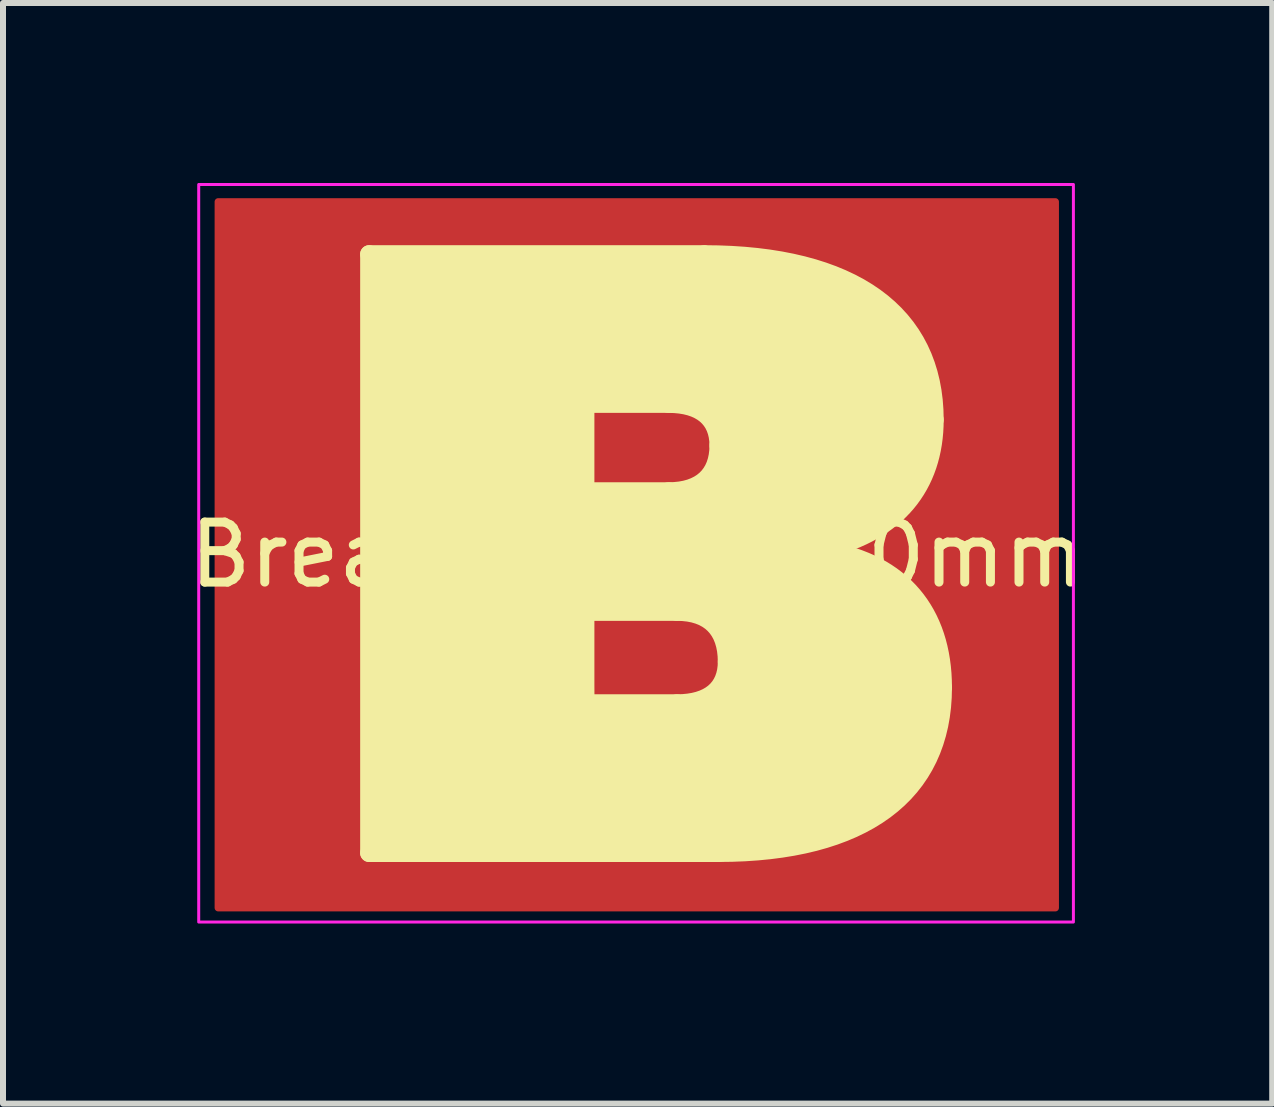
<source format=kicad_pcb>
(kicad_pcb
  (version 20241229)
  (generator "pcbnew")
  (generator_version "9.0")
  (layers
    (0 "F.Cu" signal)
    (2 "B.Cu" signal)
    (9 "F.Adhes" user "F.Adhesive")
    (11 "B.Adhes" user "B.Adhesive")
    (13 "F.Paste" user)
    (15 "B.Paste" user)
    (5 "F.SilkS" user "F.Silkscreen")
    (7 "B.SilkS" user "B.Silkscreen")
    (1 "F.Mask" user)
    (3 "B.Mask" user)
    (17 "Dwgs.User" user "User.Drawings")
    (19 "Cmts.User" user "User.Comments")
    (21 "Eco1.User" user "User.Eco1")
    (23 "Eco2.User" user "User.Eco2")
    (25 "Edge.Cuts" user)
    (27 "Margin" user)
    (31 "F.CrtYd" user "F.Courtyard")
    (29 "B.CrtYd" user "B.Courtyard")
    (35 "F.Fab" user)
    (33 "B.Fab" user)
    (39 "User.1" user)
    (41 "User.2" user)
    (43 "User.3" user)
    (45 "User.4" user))
  (footprint "Breadstick B 10mm"
    (layer "F.Cu")
    (at 7.577 6.197)
    (property "Reference" "Breadstick B 10mm" (at 0 0 0) (unlocked yes) (layer "F.SilkS") (effects (font (size 1 1) (thickness 0.15))))
    (attr smd)
    (fp_rect (start -6.99 -5.884) (end 6.963 5.884) (stroke (width 0.12) (type solid)) (fill yes) (layer "F.Cu"))
    (fp_line (start -5.386 0.694) (end -5.386 0.694) (stroke (width 0.3) (type solid)) (layer "F.Mask"))
    (fp_line (start -5.235 0.845) (end -2.39 3.689) (stroke (width 0.3) (type solid)) (layer "F.Mask"))
    (fp_line (start -2.274 -3.529) (end -2.274 -3.529) (stroke (width 0.3) (type solid)) (layer "F.Mask"))
    (fp_line (start -2.061 -3.529) (end 5.156 -3.529) (stroke (width 0.3) (type solid)) (layer "F.Mask"))
    (fp_line (start -1.996 -0.102) (end -1.996 -0.102) (stroke (width 0.3) (type solid)) (layer "F.Mask"))
    (fp_line (start -1.783 -0.102) (end 1.38 -0.102) (stroke (width 0.3) (type solid)) (layer "F.Mask"))
    (fp_line (start 0.195 3.726) (end -2.34 3.726) (stroke (width 0.3) (type solid)) (layer "F.Mask"))
    (fp_line (start 0.409 3.726) (end 0.409 3.726) (stroke (width 0.3) (type solid)) (layer "F.Mask"))
    (fp_line (start 1.418 -0.071) (end 2.884 1.395) (stroke (width 0.3) (type solid)) (layer "F.Mask"))
    (fp_line (start 3.94 2.451) (end 3.94 2.451) (stroke (width 0.3) (type solid)) (layer "F.Mask"))
    (fp_line (start 6.65 -3.529) (end 6.65 -3.529) (stroke (width 0.3) (type solid)) (layer "F.Mask"))
    (fp_curve (pts (xy -6.478 0.241) (xy -6.478 0.23) (xy -6.478 0.22) (xy -6.478 0.209)) (stroke (width 0.3) (type solid)) (layer "F.Mask"))
    (fp_curve (pts (xy -6.478 0.209) (xy -6.477 0.199) (xy -6.476 0.188) (xy -6.475 0.178)) (stroke (width 0.3) (type solid)) (layer "F.Mask"))
    (fp_curve (pts (xy -6.478 0.272) (xy -6.478 0.262) (xy -6.478 0.251) (xy -6.478 0.241)) (stroke (width 0.3) (type solid)) (layer "F.Mask"))
    (fp_curve (pts (xy -6.475 0.178) (xy -6.474 0.168) (xy -6.473 0.157) (xy -6.472 0.147)) (stroke (width 0.3) (type solid)) (layer "F.Mask"))
    (fp_curve (pts (xy -6.475 0.304) (xy -6.476 0.293) (xy -6.477 0.283) (xy -6.478 0.272)) (stroke (width 0.3) (type solid)) (layer "F.Mask"))
    (fp_curve (pts (xy -6.472 0.147) (xy -6.47 0.136) (xy -6.468 0.126) (xy -6.466 0.116)) (stroke (width 0.3) (type solid)) (layer "F.Mask"))
    (fp_curve (pts (xy -6.472 0.335) (xy -6.473 0.324) (xy -6.474 0.314) (xy -6.475 0.304)) (stroke (width 0.3) (type solid)) (layer "F.Mask"))
    (fp_curve (pts (xy -6.466 0.116) (xy -6.464 0.106) (xy -6.462 0.095) (xy -6.459 0.085)) (stroke (width 0.3) (type solid)) (layer "F.Mask"))
    (fp_curve (pts (xy -6.466 0.366) (xy -6.468 0.355) (xy -6.47 0.345) (xy -6.472 0.335)) (stroke (width 0.3) (type solid)) (layer "F.Mask"))
    (fp_curve (pts (xy -6.459 0.085) (xy -6.457 0.075) (xy -6.454 0.065) (xy -6.451 0.055)) (stroke (width 0.3) (type solid)) (layer "F.Mask"))
    (fp_curve (pts (xy -6.459 0.396) (xy -6.462 0.386) (xy -6.464 0.376) (xy -6.466 0.366)) (stroke (width 0.3) (type solid)) (layer "F.Mask"))
    (fp_curve (pts (xy -6.451 0.055) (xy -6.448 0.045) (xy -6.445 0.035) (xy -6.441 0.025)) (stroke (width 0.3) (type solid)) (layer "F.Mask"))
    (fp_curve (pts (xy -6.451 0.427) (xy -6.454 0.417) (xy -6.457 0.407) (xy -6.459 0.396)) (stroke (width 0.3) (type solid)) (layer "F.Mask"))
    (fp_curve (pts (xy -6.441 0.025) (xy -6.438 0.015) (xy -6.434 0.006) (xy -6.43 -0.004)) (stroke (width 0.3) (type solid)) (layer "F.Mask"))
    (fp_curve (pts (xy -6.441 0.456) (xy -6.445 0.447) (xy -6.448 0.437) (xy -6.451 0.427)) (stroke (width 0.3) (type solid)) (layer "F.Mask"))
    (fp_curve (pts (xy -6.43 -0.004) (xy -6.426 -0.014) (xy -6.422 -0.023) (xy -6.417 -0.033)) (stroke (width 0.3) (type solid)) (layer "F.Mask"))
    (fp_curve (pts (xy -6.43 0.486) (xy -6.434 0.476) (xy -6.437 0.466) (xy -6.441 0.456)) (stroke (width 0.3) (type solid)) (layer "F.Mask"))
    (fp_curve (pts (xy -6.417 -0.033) (xy -6.413 -0.042) (xy -6.408 -0.052) (xy -6.403 -0.061)) (stroke (width 0.3) (type solid)) (layer "F.Mask"))
    (fp_curve (pts (xy -6.417 0.515) (xy -6.421 0.505) (xy -6.426 0.495) (xy -6.43 0.486)) (stroke (width 0.3) (type solid)) (layer "F.Mask"))
    (fp_curve (pts (xy -6.403 -0.061) (xy -6.398 -0.07) (xy -6.393 -0.079) (xy -6.387 -0.088)) (stroke (width 0.3) (type solid)) (layer "F.Mask"))
    (fp_curve (pts (xy -6.403 0.543) (xy -6.408 0.533) (xy -6.412 0.524) (xy -6.417 0.515)) (stroke (width 0.3) (type solid)) (layer "F.Mask"))
    (fp_curve (pts (xy -6.387 -0.088) (xy -6.382 -0.097) (xy -6.377 -0.106) (xy -6.371 -0.115)) (stroke (width 0.3) (type solid)) (layer "F.Mask"))
    (fp_curve (pts (xy -6.387 0.57) (xy -6.393 0.561) (xy -6.398 0.552) (xy -6.403 0.543)) (stroke (width 0.3) (type solid)) (layer "F.Mask"))
    (fp_curve (pts (xy -6.371 -0.115) (xy -6.365 -0.124) (xy -6.359 -0.132) (xy -6.353 -0.141)) (stroke (width 0.3) (type solid)) (layer "F.Mask"))
    (fp_curve (pts (xy -6.371 0.596) (xy -6.376 0.588) (xy -6.382 0.579) (xy -6.387 0.57)) (stroke (width 0.3) (type solid)) (layer "F.Mask"))
    (fp_curve (pts (xy -6.353 -0.141) (xy -6.346 -0.149) (xy -6.34 -0.157) (xy -6.333 -0.165)) (stroke (width 0.3) (type solid)) (layer "F.Mask"))
    (fp_curve (pts (xy -6.352 0.622) (xy -6.359 0.614) (xy -6.365 0.605) (xy -6.371 0.596)) (stroke (width 0.3) (type solid)) (layer "F.Mask"))
    (fp_curve (pts (xy -6.333 -0.165) (xy -6.327 -0.173) (xy -6.32 -0.181) (xy -6.313 -0.189)) (stroke (width 0.3) (type solid)) (layer "F.Mask"))
    (fp_curve (pts (xy -6.333 0.647) (xy -6.34 0.639) (xy -6.346 0.631) (xy -6.352 0.622)) (stroke (width 0.3) (type solid)) (layer "F.Mask"))
    (fp_curve (pts (xy -6.313 -0.189) (xy -6.306 -0.197) (xy -6.299 -0.204) (xy -6.291 -0.212)) (stroke (width 0.3) (type solid)) (layer "F.Mask"))
    (fp_curve (pts (xy -6.313 0.671) (xy -6.32 0.663) (xy -6.326 0.655) (xy -6.333 0.647)) (stroke (width 0.3) (type solid)) (layer "F.Mask"))
    (fp_curve (pts (xy -6.291 -0.212) (xy -6.284 -0.219) (xy -6.276 -0.226) (xy -6.268 -0.233)) (stroke (width 0.3) (type solid)) (layer "F.Mask"))
    (fp_curve (pts (xy -6.291 0.693) (xy -6.298 0.686) (xy -6.306 0.678) (xy -6.313 0.671)) (stroke (width 0.3) (type solid)) (layer "F.Mask"))
    (fp_curve (pts (xy -6.268 -0.233) (xy -6.261 -0.241) (xy -6.253 -0.247) (xy -6.245 -0.254)) (stroke (width 0.3) (type solid)) (layer "F.Mask"))
    (fp_curve (pts (xy -6.268 0.715) (xy -6.276 0.708) (xy -6.283 0.701) (xy -6.291 0.693)) (stroke (width 0.3) (type solid)) (layer "F.Mask"))
    (fp_curve (pts (xy -6.245 -0.254) (xy -6.236 -0.261) (xy -6.228 -0.267) (xy -6.22 -0.273)) (stroke (width 0.3) (type solid)) (layer "F.Mask"))
    (fp_curve (pts (xy -6.244 0.736) (xy -6.252 0.729) (xy -6.26 0.722) (xy -6.268 0.715)) (stroke (width 0.3) (type solid)) (layer "F.Mask"))
    (fp_curve (pts (xy -6.22 -0.273) (xy -6.211 -0.28) (xy -6.203 -0.286) (xy -6.194 -0.291)) (stroke (width 0.3) (type solid)) (layer "F.Mask"))
    (fp_curve (pts (xy -6.22 0.755) (xy -6.228 0.749) (xy -6.236 0.742) (xy -6.244 0.736)) (stroke (width 0.3) (type solid)) (layer "F.Mask"))
    (fp_curve (pts (xy -6.194 -0.291) (xy -6.185 -0.297) (xy -6.177 -0.303) (xy -6.168 -0.308)) (stroke (width 0.3) (type solid)) (layer "F.Mask"))
    (fp_curve (pts (xy -6.194 0.773) (xy -6.203 0.767) (xy -6.211 0.761) (xy -6.22 0.755)) (stroke (width 0.3) (type solid)) (layer "F.Mask"))
    (fp_curve (pts (xy -6.168 -0.308) (xy -6.159 -0.314) (xy -6.149 -0.319) (xy -6.14 -0.324)) (stroke (width 0.3) (type solid)) (layer "F.Mask"))
    (fp_curve (pts (xy -6.167 0.79) (xy -6.176 0.785) (xy -6.185 0.779) (xy -6.194 0.773)) (stroke (width 0.3) (type solid)) (layer "F.Mask"))
    (fp_curve (pts (xy -6.14 -0.324) (xy -6.131 -0.329) (xy -6.122 -0.333) (xy -6.112 -0.338)) (stroke (width 0.3) (type solid)) (layer "F.Mask"))
    (fp_curve (pts (xy -6.14 0.805) (xy -6.149 0.8) (xy -6.158 0.795) (xy -6.167 0.79)) (stroke (width 0.3) (type solid)) (layer "F.Mask"))
    (fp_curve (pts (xy -6.112 -0.338) (xy -6.103 -0.342) (xy -6.093 -0.347) (xy -6.083 -0.351)) (stroke (width 0.3) (type solid)) (layer "F.Mask"))
    (fp_curve (pts (xy -6.112 0.82) (xy -6.121 0.815) (xy -6.131 0.81) (xy -6.14 0.805)) (stroke (width 0.3) (type solid)) (layer "F.Mask"))
    (fp_curve (pts (xy -6.083 -0.351) (xy -6.074 -0.355) (xy -6.064 -0.358) (xy -6.054 -0.362)) (stroke (width 0.3) (type solid)) (layer "F.Mask"))
    (fp_curve (pts (xy -6.083 0.832) (xy -6.093 0.828) (xy -6.102 0.824) (xy -6.112 0.82)) (stroke (width 0.3) (type solid)) (layer "F.Mask"))
    (fp_curve (pts (xy -6.054 -0.362) (xy -6.044 -0.365) (xy -6.034 -0.369) (xy -6.024 -0.372)) (stroke (width 0.3) (type solid)) (layer "F.Mask"))
    (fp_curve (pts (xy -6.054 0.844) (xy -6.064 0.84) (xy -6.074 0.836) (xy -6.083 0.832)) (stroke (width 0.3) (type solid)) (layer "F.Mask"))
    (fp_curve (pts (xy -6.024 -0.372) (xy -6.014 -0.375) (xy -6.004 -0.378) (xy -5.994 -0.38)) (stroke (width 0.3) (type solid)) (layer "F.Mask"))
    (fp_curve (pts (xy -6.024 0.853) (xy -6.034 0.85) (xy -6.044 0.847) (xy -6.054 0.844)) (stroke (width 0.3) (type solid)) (layer "F.Mask"))
    (fp_curve (pts (xy -5.994 -0.38) (xy -5.984 -0.383) (xy -5.974 -0.385) (xy -5.963 -0.387)) (stroke (width 0.3) (type solid)) (layer "F.Mask"))
    (fp_curve (pts (xy -5.994 0.862) (xy -6.004 0.859) (xy -6.014 0.857) (xy -6.024 0.853)) (stroke (width 0.3) (type solid)) (layer "F.Mask"))
    (fp_curve (pts (xy -5.963 -0.387) (xy -5.953 -0.389) (xy -5.943 -0.391) (xy -5.932 -0.392)) (stroke (width 0.3) (type solid)) (layer "F.Mask"))
    (fp_curve (pts (xy -5.963 0.869) (xy -5.973 0.867) (xy -5.984 0.864) (xy -5.994 0.862)) (stroke (width 0.3) (type solid)) (layer "F.Mask"))
    (fp_curve (pts (xy -5.932 -0.392) (xy -5.922 -0.394) (xy -5.912 -0.395) (xy -5.901 -0.396)) (stroke (width 0.3) (type solid)) (layer "F.Mask"))
    (fp_curve (pts (xy -5.932 0.874) (xy -5.942 0.873) (xy -5.953 0.871) (xy -5.963 0.869)) (stroke (width 0.3) (type solid)) (layer "F.Mask"))
    (fp_curve (pts (xy -5.901 -0.396) (xy -5.891 -0.397) (xy -5.88 -0.398) (xy -5.87 -0.398)) (stroke (width 0.3) (type solid)) (layer "F.Mask"))
    (fp_curve (pts (xy -5.901 0.878) (xy -5.911 0.877) (xy -5.922 0.876) (xy -5.932 0.874)) (stroke (width 0.3) (type solid)) (layer "F.Mask"))
    (fp_curve (pts (xy -5.87 -0.398) (xy -5.859 -0.399) (xy -5.849 -0.399) (xy -5.838 -0.399)) (stroke (width 0.3) (type solid)) (layer "F.Mask"))
    (fp_curve (pts (xy -5.87 0.88) (xy -5.88 0.88) (xy -5.891 0.879) (xy -5.901 0.878)) (stroke (width 0.3) (type solid)) (layer "F.Mask"))
    (fp_curve (pts (xy -5.838 -0.399) (xy -5.828 -0.399) (xy -5.818 -0.399) (xy -5.807 -0.398)) (stroke (width 0.3) (type solid)) (layer "F.Mask"))
    (fp_curve (pts (xy -5.838 0.881) (xy -5.849 0.881) (xy -5.859 0.881) (xy -5.87 0.88)) (stroke (width 0.3) (type solid)) (layer "F.Mask"))
    (fp_curve (pts (xy -5.807 -0.398) (xy -5.797 -0.398) (xy -5.786 -0.397) (xy -5.776 -0.396)) (stroke (width 0.3) (type solid)) (layer "F.Mask"))
    (fp_curve (pts (xy -5.807 0.88) (xy -5.817 0.881) (xy -5.828 0.881) (xy -5.838 0.881)) (stroke (width 0.3) (type solid)) (layer "F.Mask"))
    (fp_curve (pts (xy -5.776 -0.396) (xy -5.765 -0.395) (xy -5.755 -0.394) (xy -5.745 -0.392)) (stroke (width 0.3) (type solid)) (layer "F.Mask"))
    (fp_curve (pts (xy -5.775 0.878) (xy -5.786 0.879) (xy -5.796 0.88) (xy -5.807 0.88)) (stroke (width 0.3) (type solid)) (layer "F.Mask"))
    (fp_curve (pts (xy -5.745 -0.392) (xy -5.734 -0.391) (xy -5.724 -0.389) (xy -5.714 -0.387)) (stroke (width 0.3) (type solid)) (layer "F.Mask"))
    (fp_curve (pts (xy -5.744 0.874) (xy -5.755 0.876) (xy -5.765 0.877) (xy -5.775 0.878)) (stroke (width 0.3) (type solid)) (layer "F.Mask"))
    (fp_curve (pts (xy -5.714 -0.387) (xy -5.703 -0.385) (xy -5.693 -0.383) (xy -5.683 -0.38)) (stroke (width 0.3) (type solid)) (layer "F.Mask"))
    (fp_curve (pts (xy -5.713 0.869) (xy -5.724 0.871) (xy -5.734 0.873) (xy -5.744 0.874)) (stroke (width 0.3) (type solid)) (layer "F.Mask"))
    (fp_curve (pts (xy -5.683 -0.38) (xy -5.673 -0.377) (xy -5.663 -0.375) (xy -5.653 -0.372)) (stroke (width 0.3) (type solid)) (layer "F.Mask"))
    (fp_curve (pts (xy -5.683 0.862) (xy -5.693 0.864) (xy -5.703 0.867) (xy -5.713 0.869)) (stroke (width 0.3) (type solid)) (layer "F.Mask"))
    (fp_curve (pts (xy -5.653 -0.372) (xy -5.643 -0.369) (xy -5.633 -0.365) (xy -5.623 -0.362)) (stroke (width 0.3) (type solid)) (layer "F.Mask"))
    (fp_curve (pts (xy -5.652 0.854) (xy -5.662 0.857) (xy -5.672 0.859) (xy -5.683 0.862)) (stroke (width 0.3) (type solid)) (layer "F.Mask"))
    (fp_curve (pts (xy -5.623 -0.362) (xy -5.613 -0.358) (xy -5.603 -0.354) (xy -5.593 -0.35)) (stroke (width 0.3) (type solid)) (layer "F.Mask"))
    (fp_curve (pts (xy -5.623 0.844) (xy -5.632 0.847) (xy -5.642 0.851) (xy -5.652 0.854)) (stroke (width 0.3) (type solid)) (layer "F.Mask"))
    (fp_curve (pts (xy -5.593 -0.35) (xy -5.584 -0.346) (xy -5.574 -0.342) (xy -5.565 -0.338)) (stroke (width 0.3) (type solid)) (layer "F.Mask"))
    (fp_curve (pts (xy -5.593 0.832) (xy -5.603 0.836) (xy -5.613 0.84) (xy -5.623 0.844)) (stroke (width 0.3) (type solid)) (layer "F.Mask"))
    (fp_curve (pts (xy -5.565 -0.338) (xy -5.555 -0.333) (xy -5.546 -0.328) (xy -5.537 -0.324)) (stroke (width 0.3) (type solid)) (layer "F.Mask"))
    (fp_curve (pts (xy -5.565 0.82) (xy -5.574 0.824) (xy -5.584 0.828) (xy -5.593 0.832)) (stroke (width 0.3) (type solid)) (layer "F.Mask"))
    (fp_curve (pts (xy -5.537 -0.324) (xy -5.527 -0.319) (xy -5.518 -0.313) (xy -5.509 -0.308)) (stroke (width 0.3) (type solid)) (layer "F.Mask"))
    (fp_curve (pts (xy -5.536 0.806) (xy -5.546 0.811) (xy -5.555 0.815) (xy -5.565 0.82)) (stroke (width 0.3) (type solid)) (layer "F.Mask"))
    (fp_curve (pts (xy -5.509 -0.308) (xy -5.5 -0.303) (xy -5.492 -0.297) (xy -5.483 -0.291)) (stroke (width 0.3) (type solid)) (layer "F.Mask"))
    (fp_curve (pts (xy -5.509 0.79) (xy -5.518 0.795) (xy -5.527 0.801) (xy -5.536 0.806)) (stroke (width 0.3) (type solid)) (layer "F.Mask"))
    (fp_curve (pts (xy -5.483 -0.291) (xy -5.474 -0.285) (xy -5.466 -0.279) (xy -5.457 -0.273)) (stroke (width 0.3) (type solid)) (layer "F.Mask"))
    (fp_curve (pts (xy -5.483 0.773) (xy -5.491 0.779) (xy -5.5 0.785) (xy -5.509 0.79)) (stroke (width 0.3) (type solid)) (layer "F.Mask"))
    (fp_curve (pts (xy -5.457 -0.273) (xy -5.449 -0.267) (xy -5.44 -0.26) (xy -5.432 -0.254)) (stroke (width 0.3) (type solid)) (layer "F.Mask"))
    (fp_curve (pts (xy -5.457 0.755) (xy -5.465 0.761) (xy -5.474 0.767) (xy -5.483 0.773)) (stroke (width 0.3) (type solid)) (layer "F.Mask"))
    (fp_curve (pts (xy -5.432 -0.254) (xy -5.424 -0.247) (xy -5.416 -0.24) (xy -5.409 -0.233)) (stroke (width 0.3) (type solid)) (layer "F.Mask"))
    (fp_curve (pts (xy -5.432 0.736) (xy -5.44 0.743) (xy -5.448 0.749) (xy -5.457 0.755)) (stroke (width 0.3) (type solid)) (layer "F.Mask"))
    (fp_curve (pts (xy -5.409 -0.233) (xy -5.401 -0.226) (xy -5.393 -0.219) (xy -5.386 -0.212)) (stroke (width 0.3) (type solid)) (layer "F.Mask"))
    (fp_curve (pts (xy -5.408 0.715) (xy -5.416 0.722) (xy -5.424 0.729) (xy -5.432 0.736)) (stroke (width 0.3) (type solid)) (layer "F.Mask"))
    (fp_curve (pts (xy -5.386 -0.212) (xy -5.378 -0.204) (xy -5.371 -0.197) (xy -5.364 -0.189)) (stroke (width 0.3) (type solid)) (layer "F.Mask"))
    (fp_curve (pts (xy -5.386 0.694) (xy -5.393 0.701) (xy -5.401 0.708) (xy -5.408 0.715)) (stroke (width 0.3) (type solid)) (layer "F.Mask"))
    (fp_curve (pts (xy -5.364 -0.189) (xy -5.357 -0.181) (xy -5.35 -0.173) (xy -5.344 -0.165)) (stroke (width 0.3) (type solid)) (layer "F.Mask"))
    (fp_curve (pts (xy -5.364 0.671) (xy -5.371 0.679) (xy -5.378 0.686) (xy -5.386 0.694)) (stroke (width 0.3) (type solid)) (layer "F.Mask"))
    (fp_curve (pts (xy -5.344 -0.165) (xy -5.337 -0.157) (xy -5.331 -0.149) (xy -5.324 -0.14)) (stroke (width 0.3) (type solid)) (layer "F.Mask"))
    (fp_curve (pts (xy -5.343 0.647) (xy -5.35 0.655) (xy -5.357 0.663) (xy -5.364 0.671)) (stroke (width 0.3) (type solid)) (layer "F.Mask"))
    (fp_curve (pts (xy -5.324 -0.14) (xy -5.318 -0.132) (xy -5.312 -0.123) (xy -5.306 -0.115)) (stroke (width 0.3) (type solid)) (layer "F.Mask"))
    (fp_curve (pts (xy -5.324 0.622) (xy -5.33 0.631) (xy -5.337 0.639) (xy -5.343 0.647)) (stroke (width 0.3) (type solid)) (layer "F.Mask"))
    (fp_curve (pts (xy -5.306 -0.115) (xy -5.3 -0.106) (xy -5.295 -0.097) (xy -5.289 -0.088)) (stroke (width 0.3) (type solid)) (layer "F.Mask"))
    (fp_curve (pts (xy -5.306 0.597) (xy -5.312 0.605) (xy -5.318 0.614) (xy -5.324 0.622)) (stroke (width 0.3) (type solid)) (layer "F.Mask"))
    (fp_curve (pts (xy -5.289 -0.088) (xy -5.284 -0.079) (xy -5.279 -0.07) (xy -5.274 -0.061)) (stroke (width 0.3) (type solid)) (layer "F.Mask"))
    (fp_curve (pts (xy -5.289 0.57) (xy -5.295 0.579) (xy -5.3 0.588) (xy -5.306 0.597)) (stroke (width 0.3) (type solid)) (layer "F.Mask"))
    (fp_curve (pts (xy -5.274 -0.061) (xy -5.269 -0.051) (xy -5.264 -0.042) (xy -5.26 -0.033)) (stroke (width 0.3) (type solid)) (layer "F.Mask"))
    (fp_curve (pts (xy -5.274 0.543) (xy -5.279 0.552) (xy -5.284 0.561) (xy -5.289 0.57)) (stroke (width 0.3) (type solid)) (layer "F.Mask"))
    (fp_curve (pts (xy -5.26 -0.033) (xy -5.255 -0.023) (xy -5.251 -0.014) (xy -5.247 -0.004)) (stroke (width 0.3) (type solid)) (layer "F.Mask"))
    (fp_curve (pts (xy -5.26 0.515) (xy -5.264 0.524) (xy -5.269 0.534) (xy -5.274 0.543)) (stroke (width 0.3) (type solid)) (layer "F.Mask"))
    (fp_curve (pts (xy -5.247 -0.004) (xy -5.243 0.006) (xy -5.239 0.016) (xy -5.236 0.025)) (stroke (width 0.3) (type solid)) (layer "F.Mask"))
    (fp_curve (pts (xy -5.247 0.486) (xy -5.251 0.496) (xy -5.255 0.505) (xy -5.26 0.515)) (stroke (width 0.3) (type solid)) (layer "F.Mask"))
    (fp_curve (pts (xy -5.236 0.025) (xy -5.232 0.035) (xy -5.229 0.045) (xy -5.226 0.055)) (stroke (width 0.3) (type solid)) (layer "F.Mask"))
    (fp_curve (pts (xy -5.236 0.457) (xy -5.239 0.467) (xy -5.243 0.476) (xy -5.247 0.486)) (stroke (width 0.3) (type solid)) (layer "F.Mask"))
    (fp_curve (pts (xy -5.226 0.055) (xy -5.223 0.065) (xy -5.22 0.075) (xy -5.217 0.086)) (stroke (width 0.3) (type solid)) (layer "F.Mask"))
    (fp_curve (pts (xy -5.226 0.427) (xy -5.229 0.437) (xy -5.232 0.447) (xy -5.236 0.457)) (stroke (width 0.3) (type solid)) (layer "F.Mask"))
    (fp_curve (pts (xy -5.217 0.086) (xy -5.215 0.096) (xy -5.213 0.106) (xy -5.211 0.116)) (stroke (width 0.3) (type solid)) (layer "F.Mask"))
    (fp_curve (pts (xy -5.217 0.397) (xy -5.22 0.407) (xy -5.223 0.417) (xy -5.226 0.427)) (stroke (width 0.3) (type solid)) (layer "F.Mask"))
    (fp_curve (pts (xy -5.211 0.116) (xy -5.208 0.126) (xy -5.207 0.137) (xy -5.205 0.147)) (stroke (width 0.3) (type solid)) (layer "F.Mask"))
    (fp_curve (pts (xy -5.21 0.366) (xy -5.213 0.376) (xy -5.215 0.386) (xy -5.217 0.397)) (stroke (width 0.3) (type solid)) (layer "F.Mask"))
    (fp_curve (pts (xy -5.205 0.147) (xy -5.204 0.158) (xy -5.202 0.168) (xy -5.201 0.178)) (stroke (width 0.3) (type solid)) (layer "F.Mask"))
    (fp_curve (pts (xy -5.205 0.335) (xy -5.207 0.345) (xy -5.208 0.356) (xy -5.21 0.366)) (stroke (width 0.3) (type solid)) (layer "F.Mask"))
    (fp_curve (pts (xy -5.201 0.178) (xy -5.2 0.189) (xy -5.2 0.199) (xy -5.199 0.21)) (stroke (width 0.3) (type solid)) (layer "F.Mask"))
    (fp_curve (pts (xy -5.201 0.304) (xy -5.202 0.314) (xy -5.204 0.325) (xy -5.205 0.335)) (stroke (width 0.3) (type solid)) (layer "F.Mask"))
    (fp_curve (pts (xy -5.199 0.21) (xy -5.198 0.22) (xy -5.198 0.231) (xy -5.198 0.241)) (stroke (width 0.3) (type solid)) (layer "F.Mask"))
    (fp_curve (pts (xy -5.199 0.273) (xy -5.199 0.283) (xy -5.2 0.293) (xy -5.201 0.304)) (stroke (width 0.3) (type solid)) (layer "F.Mask"))
    (fp_curve (pts (xy -5.198 0.241) (xy -5.198 0.252) (xy -5.198 0.262) (xy -5.199 0.273)) (stroke (width 0.3) (type solid)) (layer "F.Mask"))
    (fp_curve (pts (xy -3.555 -3.529) (xy -3.555 -3.54) (xy -3.554 -3.55) (xy -3.554 -3.561)) (stroke (width 0.3) (type solid)) (layer "F.Mask"))
    (fp_curve (pts (xy -3.554 -3.561) (xy -3.553 -3.571) (xy -3.552 -3.582) (xy -3.551 -3.592)) (stroke (width 0.3) (type solid)) (layer "F.Mask"))
    (fp_curve (pts (xy -3.554 -3.498) (xy -3.554 -3.508) (xy -3.555 -3.519) (xy -3.555 -3.529)) (stroke (width 0.3) (type solid)) (layer "F.Mask"))
    (fp_curve (pts (xy -3.551 -3.592) (xy -3.55 -3.602) (xy -3.549 -3.613) (xy -3.548 -3.623)) (stroke (width 0.3) (type solid)) (layer "F.Mask"))
    (fp_curve (pts (xy -3.551 -3.467) (xy -3.552 -3.477) (xy -3.553 -3.487) (xy -3.554 -3.498)) (stroke (width 0.3) (type solid)) (layer "F.Mask"))
    (fp_curve (pts (xy -3.548 -3.623) (xy -3.546 -3.633) (xy -3.544 -3.644) (xy -3.542 -3.654)) (stroke (width 0.3) (type solid)) (layer "F.Mask"))
    (fp_curve (pts (xy -3.548 -3.435) (xy -3.549 -3.446) (xy -3.55 -3.456) (xy -3.551 -3.467)) (stroke (width 0.3) (type solid)) (layer "F.Mask"))
    (fp_curve (pts (xy -3.542 -3.654) (xy -3.54 -3.664) (xy -3.538 -3.675) (xy -3.535 -3.685)) (stroke (width 0.3) (type solid)) (layer "F.Mask"))
    (fp_curve (pts (xy -3.542 -3.404) (xy -3.544 -3.415) (xy -3.546 -3.425) (xy -3.548 -3.435)) (stroke (width 0.3) (type solid)) (layer "F.Mask"))
    (fp_curve (pts (xy -3.535 -3.685) (xy -3.533 -3.695) (xy -3.53 -3.705) (xy -3.527 -3.715)) (stroke (width 0.3) (type solid)) (layer "F.Mask"))
    (fp_curve (pts (xy -3.535 -3.374) (xy -3.538 -3.384) (xy -3.54 -3.394) (xy -3.542 -3.404)) (stroke (width 0.3) (type solid)) (layer "F.Mask"))
    (fp_curve (pts (xy -3.527 -3.715) (xy -3.524 -3.725) (xy -3.521 -3.735) (xy -3.517 -3.745)) (stroke (width 0.3) (type solid)) (layer "F.Mask"))
    (fp_curve (pts (xy -3.527 -3.343) (xy -3.53 -3.353) (xy -3.533 -3.364) (xy -3.535 -3.374)) (stroke (width 0.3) (type solid)) (layer "F.Mask"))
    (fp_curve (pts (xy -3.517 -3.745) (xy -3.514 -3.755) (xy -3.51 -3.764) (xy -3.506 -3.774)) (stroke (width 0.3) (type solid)) (layer "F.Mask"))
    (fp_curve (pts (xy -3.517 -3.314) (xy -3.521 -3.323) (xy -3.524 -3.333) (xy -3.527 -3.343)) (stroke (width 0.3) (type solid)) (layer "F.Mask"))
    (fp_curve (pts (xy -3.506 -3.774) (xy -3.502 -3.784) (xy -3.498 -3.793) (xy -3.493 -3.803)) (stroke (width 0.3) (type solid)) (layer "F.Mask"))
    (fp_curve (pts (xy -3.506 -3.284) (xy -3.51 -3.294) (xy -3.514 -3.304) (xy -3.517 -3.314)) (stroke (width 0.3) (type solid)) (layer "F.Mask"))
    (fp_curve (pts (xy -3.493 -3.803) (xy -3.489 -3.812) (xy -3.484 -3.822) (xy -3.479 -3.831)) (stroke (width 0.3) (type solid)) (layer "F.Mask"))
    (fp_curve (pts (xy -3.493 -3.256) (xy -3.498 -3.265) (xy -3.502 -3.275) (xy -3.506 -3.284)) (stroke (width 0.3) (type solid)) (layer "F.Mask"))
    (fp_curve (pts (xy -3.479 -3.831) (xy -3.474 -3.84) (xy -3.469 -3.849) (xy -3.463 -3.858)) (stroke (width 0.3) (type solid)) (layer "F.Mask"))
    (fp_curve (pts (xy -3.479 -3.228) (xy -3.484 -3.237) (xy -3.489 -3.246) (xy -3.493 -3.256)) (stroke (width 0.3) (type solid)) (layer "F.Mask"))
    (fp_curve (pts (xy -3.463 -3.858) (xy -3.458 -3.867) (xy -3.452 -3.876) (xy -3.447 -3.885)) (stroke (width 0.3) (type solid)) (layer "F.Mask"))
    (fp_curve (pts (xy -3.463 -3.2) (xy -3.469 -3.209) (xy -3.474 -3.218) (xy -3.479 -3.228)) (stroke (width 0.3) (type solid)) (layer "F.Mask"))
    (fp_curve (pts (xy -3.447 -3.885) (xy -3.441 -3.893) (xy -3.435 -3.902) (xy -3.429 -3.91)) (stroke (width 0.3) (type solid)) (layer "F.Mask"))
    (fp_curve (pts (xy -3.447 -3.174) (xy -3.452 -3.182) (xy -3.458 -3.191) (xy -3.463 -3.2)) (stroke (width 0.3) (type solid)) (layer "F.Mask"))
    (fp_curve (pts (xy -3.429 -3.91) (xy -3.422 -3.919) (xy -3.416 -3.927) (xy -3.409 -3.935)) (stroke (width 0.3) (type solid)) (layer "F.Mask"))
    (fp_curve (pts (xy -3.429 -3.148) (xy -3.435 -3.156) (xy -3.441 -3.165) (xy -3.447 -3.174)) (stroke (width 0.3) (type solid)) (layer "F.Mask"))
    (fp_curve (pts (xy -3.409 -3.935) (xy -3.403 -3.943) (xy -3.396 -3.951) (xy -3.389 -3.959)) (stroke (width 0.3) (type solid)) (layer "F.Mask"))
    (fp_curve (pts (xy -3.409 -3.123) (xy -3.416 -3.131) (xy -3.422 -3.14) (xy -3.429 -3.148)) (stroke (width 0.3) (type solid)) (layer "F.Mask"))
    (fp_curve (pts (xy -3.389 -3.959) (xy -3.382 -3.967) (xy -3.374 -3.974) (xy -3.367 -3.982)) (stroke (width 0.3) (type solid)) (layer "F.Mask"))
    (fp_curve (pts (xy -3.389 -3.099) (xy -3.396 -3.107) (xy -3.403 -3.115) (xy -3.409 -3.123)) (stroke (width 0.3) (type solid)) (layer "F.Mask"))
    (fp_curve (pts (xy -3.367 -3.982) (xy -3.36 -3.989) (xy -3.352 -3.996) (xy -3.344 -4.003)) (stroke (width 0.3) (type solid)) (layer "F.Mask"))
    (fp_curve (pts (xy -3.367 -3.077) (xy -3.374 -3.084) (xy -3.382 -3.092) (xy -3.389 -3.099)) (stroke (width 0.3) (type solid)) (layer "F.Mask"))
    (fp_curve (pts (xy -3.344 -4.003) (xy -3.336 -4.01) (xy -3.329 -4.017) (xy -3.32 -4.024)) (stroke (width 0.3) (type solid)) (layer "F.Mask"))
    (fp_curve (pts (xy -3.344 -3.055) (xy -3.352 -3.062) (xy -3.36 -3.069) (xy -3.367 -3.077)) (stroke (width 0.3) (type solid)) (layer "F.Mask"))
    (fp_curve (pts (xy -3.32 -4.024) (xy -3.312 -4.031) (xy -3.304 -4.037) (xy -3.296 -4.043)) (stroke (width 0.3) (type solid)) (layer "F.Mask"))
    (fp_curve (pts (xy -3.32 -3.034) (xy -3.329 -3.041) (xy -3.336 -3.048) (xy -3.344 -3.055)) (stroke (width 0.3) (type solid)) (layer "F.Mask"))
    (fp_curve (pts (xy -3.296 -4.043) (xy -3.287 -4.05) (xy -3.279 -4.056) (xy -3.27 -4.061)) (stroke (width 0.3) (type solid)) (layer "F.Mask"))
    (fp_curve (pts (xy -3.296 -3.015) (xy -3.304 -3.021) (xy -3.312 -3.028) (xy -3.32 -3.034)) (stroke (width 0.3) (type solid)) (layer "F.Mask"))
    (fp_curve (pts (xy -3.276 -0.102) (xy -3.276 -0.113) (xy -3.276 -0.123) (xy -3.275 -0.134)) (stroke (width 0.3) (type solid)) (layer "F.Mask"))
    (fp_curve (pts (xy -3.275 -0.134) (xy -3.275 -0.144) (xy -3.274 -0.154) (xy -3.273 -0.165)) (stroke (width 0.3) (type solid)) (layer "F.Mask"))
    (fp_curve (pts (xy -3.275 -0.071) (xy -3.276 -0.081) (xy -3.276 -0.092) (xy -3.276 -0.102)) (stroke (width 0.3) (type solid)) (layer "F.Mask"))
    (fp_curve (pts (xy -3.273 -0.165) (xy -3.272 -0.175) (xy -3.271 -0.186) (xy -3.269 -0.196)) (stroke (width 0.3) (type solid)) (layer "F.Mask"))
    (fp_curve (pts (xy -3.273 -0.039) (xy -3.274 -0.05) (xy -3.275 -0.06) (xy -3.275 -0.071)) (stroke (width 0.3) (type solid)) (layer "F.Mask"))
    (fp_curve (pts (xy -3.27 -4.061) (xy -3.261 -4.067) (xy -3.252 -4.073) (xy -3.243 -4.078)) (stroke (width 0.3) (type solid)) (layer "F.Mask"))
    (fp_curve (pts (xy -3.27 -2.997) (xy -3.279 -3.003) (xy -3.287 -3.009) (xy -3.296 -3.015)) (stroke (width 0.3) (type solid)) (layer "F.Mask"))
    (fp_curve (pts (xy -3.269 -0.196) (xy -3.268 -0.206) (xy -3.266 -0.217) (xy -3.264 -0.227)) (stroke (width 0.3) (type solid)) (layer "F.Mask"))
    (fp_curve (pts (xy -3.269 -0.008) (xy -3.271 -0.019) (xy -3.272 -0.029) (xy -3.273 -0.039)) (stroke (width 0.3) (type solid)) (layer "F.Mask"))
    (fp_curve (pts (xy -3.264 -0.227) (xy -3.262 -0.237) (xy -3.259 -0.247) (xy -3.257 -0.258)) (stroke (width 0.3) (type solid)) (layer "F.Mask"))
    (fp_curve (pts (xy -3.264 0.023) (xy -3.266 0.012) (xy -3.268 0.002) (xy -3.269 -0.008)) (stroke (width 0.3) (type solid)) (layer "F.Mask"))
    (fp_curve (pts (xy -3.257 -0.258) (xy -3.254 -0.268) (xy -3.252 -0.278) (xy -3.249 -0.288)) (stroke (width 0.3) (type solid)) (layer "F.Mask"))
    (fp_curve (pts (xy -3.257 0.053) (xy -3.259 0.043) (xy -3.262 0.033) (xy -3.264 0.023)) (stroke (width 0.3) (type solid)) (layer "F.Mask"))
    (fp_curve (pts (xy -3.249 -0.288) (xy -3.246 -0.298) (xy -3.242 -0.308) (xy -3.239 -0.318)) (stroke (width 0.3) (type solid)) (layer "F.Mask"))
    (fp_curve (pts (xy -3.249 0.084) (xy -3.252 0.074) (xy -3.254 0.064) (xy -3.257 0.053)) (stroke (width 0.3) (type solid)) (layer "F.Mask"))
    (fp_curve (pts (xy -3.243 -4.078) (xy -3.234 -4.084) (xy -3.225 -4.089) (xy -3.216 -4.094)) (stroke (width 0.3) (type solid)) (layer "F.Mask"))
    (fp_curve (pts (xy -3.243 -2.98) (xy -3.252 -2.986) (xy -3.261 -2.991) (xy -3.27 -2.997)) (stroke (width 0.3) (type solid)) (layer "F.Mask"))
    (fp_curve (pts (xy -3.239 -0.318) (xy -3.235 -0.328) (xy -3.231 -0.337) (xy -3.227 -0.347)) (stroke (width 0.3) (type solid)) (layer "F.Mask"))
    (fp_curve (pts (xy -3.239 0.113) (xy -3.242 0.104) (xy -3.246 0.094) (xy -3.249 0.084)) (stroke (width 0.3) (type solid)) (layer "F.Mask"))
    (fp_curve (pts (xy -3.227 -0.347) (xy -3.223 -0.357) (xy -3.219 -0.366) (xy -3.215 -0.376)) (stroke (width 0.3) (type solid)) (layer "F.Mask"))
    (fp_curve (pts (xy -3.227 0.143) (xy -3.231 0.133) (xy -3.235 0.123) (xy -3.239 0.113)) (stroke (width 0.3) (type solid)) (layer "F.Mask"))
    (fp_curve (pts (xy -3.216 -4.094) (xy -3.207 -4.099) (xy -3.198 -4.103) (xy -3.188 -4.108)) (stroke (width 0.3) (type solid)) (layer "F.Mask"))
    (fp_curve (pts (xy -3.216 -2.965) (xy -3.225 -2.97) (xy -3.234 -2.975) (xy -3.243 -2.98)) (stroke (width 0.3) (type solid)) (layer "F.Mask"))
    (fp_curve (pts (xy -3.215 -0.376) (xy -3.21 -0.385) (xy -3.205 -0.395) (xy -3.201 -0.404)) (stroke (width 0.3) (type solid)) (layer "F.Mask"))
    (fp_curve (pts (xy -3.215 0.171) (xy -3.219 0.162) (xy -3.223 0.152) (xy -3.227 0.143)) (stroke (width 0.3) (type solid)) (layer "F.Mask"))
    (fp_curve (pts (xy -3.201 -0.404) (xy -3.196 -0.413) (xy -3.19 -0.422) (xy -3.185 -0.431)) (stroke (width 0.3) (type solid)) (layer "F.Mask"))
    (fp_curve (pts (xy -3.201 0.2) (xy -3.205 0.19) (xy -3.21 0.181) (xy -3.215 0.171)) (stroke (width 0.3) (type solid)) (layer "F.Mask"))
    (fp_curve (pts (xy -3.188 -4.108) (xy -3.179 -4.112) (xy -3.169 -4.116) (xy -3.159 -4.121)) (stroke (width 0.3) (type solid)) (layer "F.Mask"))
    (fp_curve (pts (xy -3.188 -2.951) (xy -3.198 -2.955) (xy -3.207 -2.96) (xy -3.216 -2.965)) (stroke (width 0.3) (type solid)) (layer "F.Mask"))
    (fp_curve (pts (xy -3.185 -0.431) (xy -3.18 -0.44) (xy -3.174 -0.449) (xy -3.168 -0.458)) (stroke (width 0.3) (type solid)) (layer "F.Mask"))
    (fp_curve (pts (xy -3.185 0.227) (xy -3.19 0.218) (xy -3.196 0.209) (xy -3.201 0.2)) (stroke (width 0.3) (type solid)) (layer "F.Mask"))
    (fp_curve (pts (xy -3.168 -0.458) (xy -3.162 -0.466) (xy -3.156 -0.475) (xy -3.15 -0.483)) (stroke (width 0.3) (type solid)) (layer "F.Mask"))
    (fp_curve (pts (xy -3.168 0.253) (xy -3.174 0.245) (xy -3.18 0.236) (xy -3.185 0.227)) (stroke (width 0.3) (type solid)) (layer "F.Mask"))
    (fp_curve (pts (xy -3.159 -4.121) (xy -3.15 -4.125) (xy -3.14 -4.128) (xy -3.13 -4.132)) (stroke (width 0.3) (type solid)) (layer "F.Mask"))
    (fp_curve (pts (xy -3.159 -2.938) (xy -3.169 -2.942) (xy -3.179 -2.946) (xy -3.188 -2.951)) (stroke (width 0.3) (type solid)) (layer "F.Mask"))
    (fp_curve (pts (xy -3.15 -0.483) (xy -3.144 -0.492) (xy -3.137 -0.5) (xy -3.131 -0.508)) (stroke (width 0.3) (type solid)) (layer "F.Mask"))
    (fp_curve (pts (xy -3.15 0.279) (xy -3.156 0.271) (xy -3.162 0.262) (xy -3.168 0.253)) (stroke (width 0.3) (type solid)) (layer "F.Mask"))
    (fp_curve (pts (xy -3.131 -0.508) (xy -3.124 -0.516) (xy -3.117 -0.524) (xy -3.11 -0.532)) (stroke (width 0.3) (type solid)) (layer "F.Mask"))
    (fp_curve (pts (xy -3.131 0.304) (xy -3.137 0.296) (xy -3.144 0.287) (xy -3.15 0.279)) (stroke (width 0.3) (type solid)) (layer "F.Mask"))
    (fp_curve (pts (xy -3.13 -4.132) (xy -3.12 -4.135) (xy -3.11 -4.139) (xy -3.1 -4.142)) (stroke (width 0.3) (type solid)) (layer "F.Mask"))
    (fp_curve (pts (xy -3.13 -2.927) (xy -3.14 -2.93) (xy -3.15 -2.934) (xy -3.159 -2.938)) (stroke (width 0.3) (type solid)) (layer "F.Mask"))
    (fp_curve (pts (xy -3.11 -0.532) (xy -3.103 -0.54) (xy -3.096 -0.547) (xy -3.089 -0.555)) (stroke (width 0.3) (type solid)) (layer "F.Mask"))
    (fp_curve (pts (xy -3.11 0.328) (xy -3.117 0.32) (xy -3.124 0.312) (xy -3.131 0.304)) (stroke (width 0.3) (type solid)) (layer "F.Mask"))
    (fp_curve (pts (xy -3.1 -4.142) (xy -3.09 -4.145) (xy -3.08 -4.147) (xy -3.07 -4.15)) (stroke (width 0.3) (type solid)) (layer "F.Mask"))
    (fp_curve (pts (xy -3.1 -2.917) (xy -3.11 -2.92) (xy -3.12 -2.923) (xy -3.13 -2.927)) (stroke (width 0.3) (type solid)) (layer "F.Mask"))
    (fp_curve (pts (xy -3.089 -0.555) (xy -3.081 -0.562) (xy -3.074 -0.569) (xy -3.066 -0.576)) (stroke (width 0.3) (type solid)) (layer "F.Mask"))
    (fp_curve (pts (xy -3.089 0.35) (xy -3.096 0.343) (xy -3.103 0.335) (xy -3.11 0.328)) (stroke (width 0.3) (type solid)) (layer "F.Mask"))
    (fp_curve (pts (xy -3.07 -4.15) (xy -3.06 -4.153) (xy -3.05 -4.155) (xy -3.039 -4.157)) (stroke (width 0.3) (type solid)) (layer "F.Mask"))
    (fp_curve (pts (xy -3.07 -2.908) (xy -3.08 -2.911) (xy -3.09 -2.914) (xy -3.1 -2.917)) (stroke (width 0.3) (type solid)) (layer "F.Mask"))
    (fp_curve (pts (xy -3.066 -0.576) (xy -3.058 -0.583) (xy -3.05 -0.59) (xy -3.042 -0.597)) (stroke (width 0.3) (type solid)) (layer "F.Mask"))
    (fp_curve (pts (xy -3.066 0.372) (xy -3.074 0.365) (xy -3.081 0.358) (xy -3.089 0.35)) (stroke (width 0.3) (type solid)) (layer "F.Mask"))
    (fp_curve (pts (xy -3.042 -0.597) (xy -3.034 -0.604) (xy -3.026 -0.61) (xy -3.017 -0.616)) (stroke (width 0.3) (type solid)) (layer "F.Mask"))
    (fp_curve (pts (xy -3.042 0.393) (xy -3.05 0.386) (xy -3.058 0.379) (xy -3.066 0.372)) (stroke (width 0.3) (type solid)) (layer "F.Mask"))
    (fp_curve (pts (xy -3.039 -4.157) (xy -3.029 -4.159) (xy -3.019 -4.161) (xy -3.008 -4.162)) (stroke (width 0.3) (type solid)) (layer "F.Mask"))
    (fp_curve (pts (xy -3.039 -2.902) (xy -3.05 -2.904) (xy -3.06 -2.906) (xy -3.07 -2.908)) (stroke (width 0.3) (type solid)) (layer "F.Mask"))
    (fp_curve (pts (xy -3.017 -0.616) (xy -3.009 -0.622) (xy -3 -0.628) (xy -2.992 -0.634)) (stroke (width 0.3) (type solid)) (layer "F.Mask"))
    (fp_curve (pts (xy -3.017 0.412) (xy -3.026 0.406) (xy -3.034 0.399) (xy -3.042 0.393)) (stroke (width 0.3) (type solid)) (layer "F.Mask"))
    (fp_curve (pts (xy -3.008 -4.162) (xy -2.998 -4.164) (xy -2.988 -4.165) (xy -2.977 -4.166)) (stroke (width 0.3) (type solid)) (layer "F.Mask"))
    (fp_curve (pts (xy -3.008 -2.896) (xy -3.019 -2.898) (xy -3.029 -2.899) (xy -3.039 -2.902)) (stroke (width 0.3) (type solid)) (layer "F.Mask"))
    (fp_curve (pts (xy -2.992 -0.634) (xy -2.983 -0.64) (xy -2.974 -0.646) (xy -2.965 -0.651)) (stroke (width 0.3) (type solid)) (layer "F.Mask"))
    (fp_curve (pts (xy -2.992 0.43) (xy -3 0.424) (xy -3.009 0.418) (xy -3.017 0.412)) (stroke (width 0.3) (type solid)) (layer "F.Mask"))
    (fp_curve (pts (xy -2.977 -4.166) (xy -2.967 -4.167) (xy -2.956 -4.168) (xy -2.946 -4.168)) (stroke (width 0.3) (type solid)) (layer "F.Mask"))
    (fp_curve (pts (xy -2.977 -2.892) (xy -2.988 -2.893) (xy -2.998 -2.895) (xy -3.008 -2.896)) (stroke (width 0.3) (type solid)) (layer "F.Mask"))
    (fp_curve (pts (xy -2.965 -0.651) (xy -2.956 -0.656) (xy -2.947 -0.662) (xy -2.938 -0.667)) (stroke (width 0.3) (type solid)) (layer "F.Mask"))
    (fp_curve (pts (xy -2.965 0.447) (xy -2.974 0.441) (xy -2.983 0.436) (xy -2.992 0.43)) (stroke (width 0.3) (type solid)) (layer "F.Mask"))
    (fp_curve (pts (xy -2.946 -4.168) (xy -2.935 -4.169) (xy -2.925 -4.169) (xy -2.914 -4.169)) (stroke (width 0.3) (type solid)) (layer "F.Mask"))
    (fp_curve (pts (xy -2.946 -2.89) (xy -2.956 -2.891) (xy -2.967 -2.891) (xy -2.977 -2.892)) (stroke (width 0.3) (type solid)) (layer "F.Mask"))
    (fp_curve (pts (xy -2.938 -0.667) (xy -2.929 -0.672) (xy -2.919 -0.676) (xy -2.91 -0.681)) (stroke (width 0.3) (type solid)) (layer "F.Mask"))
    (fp_curve (pts (xy -2.938 0.462) (xy -2.947 0.457) (xy -2.956 0.452) (xy -2.965 0.447)) (stroke (width 0.3) (type solid)) (layer "F.Mask"))
    (fp_curve (pts (xy -2.914 -4.169) (xy -2.904 -4.169) (xy -2.893 -4.169) (xy -2.883 -4.168)) (stroke (width 0.3) (type solid)) (layer "F.Mask"))
    (fp_curve (pts (xy -2.914 -2.889) (xy -2.925 -2.889) (xy -2.935 -2.889) (xy -2.946 -2.89)) (stroke (width 0.3) (type solid)) (layer "F.Mask"))
    (fp_curve (pts (xy -2.91 -0.681) (xy -2.9 -0.685) (xy -2.891 -0.689) (xy -2.881 -0.693)) (stroke (width 0.3) (type solid)) (layer "F.Mask"))
    (fp_curve (pts (xy -2.91 0.476) (xy -2.919 0.472) (xy -2.929 0.467) (xy -2.938 0.462)) (stroke (width 0.3) (type solid)) (layer "F.Mask"))
    (fp_curve (pts (xy -2.883 -4.168) (xy -2.872 -4.168) (xy -2.862 -4.167) (xy -2.852 -4.166)) (stroke (width 0.3) (type solid)) (layer "F.Mask"))
    (fp_curve (pts (xy -2.883 -2.89) (xy -2.893 -2.889) (xy -2.904 -2.889) (xy -2.914 -2.889)) (stroke (width 0.3) (type solid)) (layer "F.Mask"))
    (fp_curve (pts (xy -2.881 -0.693) (xy -2.871 -0.697) (xy -2.862 -0.701) (xy -2.852 -0.705)) (stroke (width 0.3) (type solid)) (layer "F.Mask"))
    (fp_curve (pts (xy -2.881 0.489) (xy -2.891 0.485) (xy -2.9 0.481) (xy -2.91 0.476)) (stroke (width 0.3) (type solid)) (layer "F.Mask"))
    (fp_curve (pts (xy -2.852 -0.705) (xy -2.842 -0.708) (xy -2.832 -0.712) (xy -2.822 -0.715)) (stroke (width 0.3) (type solid)) (layer "F.Mask"))
    (fp_curve (pts (xy -2.852 0.5) (xy -2.862 0.497) (xy -2.871 0.493) (xy -2.881 0.489)) (stroke (width 0.3) (type solid)) (layer "F.Mask"))
    (fp_curve (pts (xy -2.852 -4.166) (xy -2.841 -4.165) (xy -2.831 -4.164) (xy -2.82 -4.162)) (stroke (width 0.3) (type solid)) (layer "F.Mask"))
    (fp_curve (pts (xy -2.852 -2.892) (xy -2.862 -2.891) (xy -2.872 -2.891) (xy -2.883 -2.89)) (stroke (width 0.3) (type solid)) (layer "F.Mask"))
    (fp_curve (pts (xy -2.822 -0.715) (xy -2.812 -0.718) (xy -2.802 -0.72) (xy -2.792 -0.723)) (stroke (width 0.3) (type solid)) (layer "F.Mask"))
    (fp_curve (pts (xy -2.822 0.51) (xy -2.832 0.507) (xy -2.842 0.504) (xy -2.852 0.5)) (stroke (width 0.3) (type solid)) (layer "F.Mask"))
    (fp_curve (pts (xy -2.82 -4.162) (xy -2.81 -4.161) (xy -2.8 -4.159) (xy -2.789 -4.157)) (stroke (width 0.3) (type solid)) (layer "F.Mask"))
    (fp_curve (pts (xy -2.82 -2.896) (xy -2.831 -2.895) (xy -2.841 -2.893) (xy -2.852 -2.892)) (stroke (width 0.3) (type solid)) (layer "F.Mask"))
    (fp_curve (pts (xy -2.792 -0.723) (xy -2.781 -0.726) (xy -2.771 -0.728) (xy -2.761 -0.73)) (stroke (width 0.3) (type solid)) (layer "F.Mask"))
    (fp_curve (pts (xy -2.792 0.519) (xy -2.802 0.516) (xy -2.812 0.513) (xy -2.822 0.51)) (stroke (width 0.3) (type solid)) (layer "F.Mask"))
    (fp_curve (pts (xy -2.789 -4.157) (xy -2.779 -4.155) (xy -2.769 -4.153) (xy -2.759 -4.15)) (stroke (width 0.3) (type solid)) (layer "F.Mask"))
    (fp_curve (pts (xy -2.789 -2.902) (xy -2.8 -2.899) (xy -2.81 -2.898) (xy -2.82 -2.896)) (stroke (width 0.3) (type solid)) (layer "F.Mask"))
    (fp_curve (pts (xy -2.761 -0.73) (xy -2.751 -0.732) (xy -2.74 -0.734) (xy -2.73 -0.735)) (stroke (width 0.3) (type solid)) (layer "F.Mask"))
    (fp_curve (pts (xy -2.761 0.526) (xy -2.771 0.524) (xy -2.781 0.521) (xy -2.792 0.519)) (stroke (width 0.3) (type solid)) (layer "F.Mask"))
    (fp_curve (pts (xy -2.759 -4.15) (xy -2.749 -4.147) (xy -2.739 -4.145) (xy -2.728 -4.142)) (stroke (width 0.3) (type solid)) (layer "F.Mask"))
    (fp_curve (pts (xy -2.759 -2.908) (xy -2.769 -2.906) (xy -2.779 -2.904) (xy -2.789 -2.902)) (stroke (width 0.3) (type solid)) (layer "F.Mask"))
    (fp_curve (pts (xy -2.73 -0.735) (xy -2.72 -0.737) (xy -2.709 -0.738) (xy -2.699 -0.739)) (stroke (width 0.3) (type solid)) (layer "F.Mask"))
    (fp_curve (pts (xy -2.73 0.531) (xy -2.74 0.529) (xy -2.751 0.528) (xy -2.761 0.526)) (stroke (width 0.3) (type solid)) (layer "F.Mask"))
    (fp_curve (pts (xy -2.728 -4.142) (xy -2.718 -4.139) (xy -2.709 -4.135) (xy -2.699 -4.132)) (stroke (width 0.3) (type solid)) (layer "F.Mask"))
    (fp_curve (pts (xy -2.728 -2.917) (xy -2.739 -2.914) (xy -2.749 -2.911) (xy -2.759 -2.908)) (stroke (width 0.3) (type solid)) (layer "F.Mask"))
    (fp_curve (pts (xy -2.699 -0.739) (xy -2.688 -0.74) (xy -2.678 -0.741) (xy -2.667 -0.741)) (stroke (width 0.3) (type solid)) (layer "F.Mask"))
    (fp_curve (pts (xy -2.699 0.535) (xy -2.709 0.534) (xy -2.72 0.532) (xy -2.73 0.531)) (stroke (width 0.3) (type solid)) (layer "F.Mask"))
    (fp_curve (pts (xy -2.699 -4.132) (xy -2.689 -4.128) (xy -2.679 -4.125) (xy -2.669 -4.121)) (stroke (width 0.3) (type solid)) (layer "F.Mask"))
    (fp_curve (pts (xy -2.699 -2.927) (xy -2.709 -2.923) (xy -2.718 -2.92) (xy -2.728 -2.917)) (stroke (width 0.3) (type solid)) (layer "F.Mask"))
    (fp_curve (pts (xy -2.669 -4.121) (xy -2.66 -4.116) (xy -2.65 -4.112) (xy -2.641 -4.108)) (stroke (width 0.3) (type solid)) (layer "F.Mask"))
    (fp_curve (pts (xy -2.669 -2.938) (xy -2.679 -2.934) (xy -2.689 -2.93) (xy -2.699 -2.927)) (stroke (width 0.3) (type solid)) (layer "F.Mask"))
    (fp_curve (pts (xy -2.667 -0.741) (xy -2.657 -0.742) (xy -2.647 -0.742) (xy -2.636 -0.742)) (stroke (width 0.3) (type solid)) (layer "F.Mask"))
    (fp_curve (pts (xy -2.667 0.537) (xy -2.678 0.537) (xy -2.688 0.536) (xy -2.699 0.535)) (stroke (width 0.3) (type solid)) (layer "F.Mask"))
    (fp_curve (pts (xy -2.641 -4.108) (xy -2.631 -4.103) (xy -2.622 -4.099) (xy -2.613 -4.094)) (stroke (width 0.3) (type solid)) (layer "F.Mask"))
    (fp_curve (pts (xy -2.641 -2.951) (xy -2.65 -2.946) (xy -2.66 -2.942) (xy -2.669 -2.938)) (stroke (width 0.3) (type solid)) (layer "F.Mask"))
    (fp_curve (pts (xy -2.636 -0.742) (xy -2.626 -0.742) (xy -2.615 -0.742) (xy -2.605 -0.741)) (stroke (width 0.3) (type solid)) (layer "F.Mask"))
    (fp_curve (pts (xy -2.636 0.538) (xy -2.647 0.538) (xy -2.657 0.538) (xy -2.667 0.537)) (stroke (width 0.3) (type solid)) (layer "F.Mask"))
    (fp_curve (pts (xy -2.613 -4.094) (xy -2.603 -4.089) (xy -2.594 -4.084) (xy -2.585 -4.078)) (stroke (width 0.3) (type solid)) (layer "F.Mask"))
    (fp_curve (pts (xy -2.613 -2.965) (xy -2.622 -2.96) (xy -2.631 -2.955) (xy -2.641 -2.951)) (stroke (width 0.3) (type solid)) (layer "F.Mask"))
    (fp_curve (pts (xy -2.605 -0.741) (xy -2.594 -0.741) (xy -2.584 -0.74) (xy -2.573 -0.739)) (stroke (width 0.3) (type solid)) (layer "F.Mask"))
    (fp_curve (pts (xy -2.605 0.537) (xy -2.615 0.538) (xy -2.626 0.538) (xy -2.636 0.538)) (stroke (width 0.3) (type solid)) (layer "F.Mask"))
    (fp_curve (pts (xy -2.585 -4.078) (xy -2.576 -4.073) (xy -2.567 -4.067) (xy -2.559 -4.061)) (stroke (width 0.3) (type solid)) (layer "F.Mask"))
    (fp_curve (pts (xy -2.585 -2.98) (xy -2.594 -2.975) (xy -2.603 -2.97) (xy -2.613 -2.965)) (stroke (width 0.3) (type solid)) (layer "F.Mask"))
    (fp_curve (pts (xy -2.573 -0.739) (xy -2.563 -0.738) (xy -2.553 -0.737) (xy -2.542 -0.735)) (stroke (width 0.3) (type solid)) (layer "F.Mask"))
    (fp_curve (pts (xy -2.573 0.535) (xy -2.584 0.536) (xy -2.594 0.537) (xy -2.605 0.537)) (stroke (width 0.3) (type solid)) (layer "F.Mask"))
    (fp_curve (pts (xy -2.559 -4.061) (xy -2.55 -4.056) (xy -2.541 -4.05) (xy -2.533 -4.043)) (stroke (width 0.3) (type solid)) (layer "F.Mask"))
    (fp_curve (pts (xy -2.559 -2.997) (xy -2.567 -2.991) (xy -2.576 -2.986) (xy -2.585 -2.98)) (stroke (width 0.3) (type solid)) (layer "F.Mask"))
    (fp_curve (pts (xy -2.542 -0.735) (xy -2.532 -0.734) (xy -2.522 -0.732) (xy -2.511 -0.73)) (stroke (width 0.3) (type solid)) (layer "F.Mask"))
    (fp_curve (pts (xy -2.542 0.531) (xy -2.553 0.532) (xy -2.563 0.534) (xy -2.573 0.535)) (stroke (width 0.3) (type solid)) (layer "F.Mask"))
    (fp_curve (pts (xy -2.533 -4.043) (xy -2.525 -4.037) (xy -2.516 -4.031) (xy -2.508 -4.024)) (stroke (width 0.3) (type solid)) (layer "F.Mask"))
    (fp_curve (pts (xy -2.533 -3.015) (xy -2.541 -3.009) (xy -2.55 -3.003) (xy -2.559 -2.997)) (stroke (width 0.3) (type solid)) (layer "F.Mask"))
    (fp_curve (pts (xy -2.511 -0.73) (xy -2.501 -0.728) (xy -2.491 -0.726) (xy -2.481 -0.723)) (stroke (width 0.3) (type solid)) (layer "F.Mask"))
    (fp_curve (pts (xy -2.511 0.526) (xy -2.522 0.528) (xy -2.532 0.529) (xy -2.542 0.531)) (stroke (width 0.3) (type solid)) (layer "F.Mask"))
    (fp_curve (pts (xy -2.508 -4.024) (xy -2.5 -4.017) (xy -2.492 -4.01) (xy -2.484 -4.003)) (stroke (width 0.3) (type solid)) (layer "F.Mask"))
    (fp_curve (pts (xy -2.508 -3.034) (xy -2.516 -3.028) (xy -2.525 -3.021) (xy -2.533 -3.015)) (stroke (width 0.3) (type solid)) (layer "F.Mask"))
    (fp_curve (pts (xy -2.484 -4.003) (xy -2.477 -3.996) (xy -2.469 -3.989) (xy -2.462 -3.982)) (stroke (width 0.3) (type solid)) (layer "F.Mask"))
    (fp_curve (pts (xy -2.484 -3.055) (xy -2.492 -3.048) (xy -2.5 -3.041) (xy -2.508 -3.034)) (stroke (width 0.3) (type solid)) (layer "F.Mask"))
    (fp_curve (pts (xy -2.481 -0.723) (xy -2.47 -0.72) (xy -2.46 -0.718) (xy -2.45 -0.715)) (stroke (width 0.3) (type solid)) (layer "F.Mask"))
    (fp_curve (pts (xy -2.481 0.519) (xy -2.491 0.521) (xy -2.501 0.524) (xy -2.511 0.526)) (stroke (width 0.3) (type solid)) (layer "F.Mask"))
    (fp_curve (pts (xy -2.462 -3.982) (xy -2.454 -3.974) (xy -2.447 -3.967) (xy -2.44 -3.959)) (stroke (width 0.3) (type solid)) (layer "F.Mask"))
    (fp_curve (pts (xy -2.462 -3.077) (xy -2.469 -3.069) (xy -2.477 -3.062) (xy -2.484 -3.055)) (stroke (width 0.3) (type solid)) (layer "F.Mask"))
    (fp_curve (pts (xy -2.45 -0.715) (xy -2.44 -0.712) (xy -2.43 -0.708) (xy -2.42 -0.705)) (stroke (width 0.3) (type solid)) (layer "F.Mask"))
    (fp_curve (pts (xy -2.45 0.51) (xy -2.46 0.513) (xy -2.47 0.516) (xy -2.481 0.519)) (stroke (width 0.3) (type solid)) (layer "F.Mask"))
    (fp_curve (pts (xy -2.44 -3.959) (xy -2.433 -3.951) (xy -2.426 -3.943) (xy -2.419 -3.935)) (stroke (width 0.3) (type solid)) (layer "F.Mask"))
    (fp_curve (pts (xy -2.44 -3.099) (xy -2.447 -3.092) (xy -2.454 -3.084) (xy -2.462 -3.077)) (stroke (width 0.3) (type solid)) (layer "F.Mask"))
    (fp_curve (pts (xy -2.42 -0.705) (xy -2.411 -0.701) (xy -2.401 -0.697) (xy -2.391 -0.693)) (stroke (width 0.3) (type solid)) (layer "F.Mask"))
    (fp_curve (pts (xy -2.42 0.5) (xy -2.43 0.504) (xy -2.44 0.507) (xy -2.45 0.51)) (stroke (width 0.3) (type solid)) (layer "F.Mask"))
    (fp_curve (pts (xy -2.419 -3.935) (xy -2.413 -3.927) (xy -2.406 -3.919) (xy -2.4 -3.91)) (stroke (width 0.3) (type solid)) (layer "F.Mask"))
    (fp_curve (pts (xy -2.419 -3.123) (xy -2.426 -3.115) (xy -2.433 -3.107) (xy -2.44 -3.099)) (stroke (width 0.3) (type solid)) (layer "F.Mask"))
    (fp_curve (pts (xy -2.4 -3.91) (xy -2.394 -3.902) (xy -2.388 -3.893) (xy -2.382 -3.885)) (stroke (width 0.3) (type solid)) (layer "F.Mask"))
    (fp_curve (pts (xy -2.4 -3.148) (xy -2.406 -3.14) (xy -2.413 -3.131) (xy -2.419 -3.123)) (stroke (width 0.3) (type solid)) (layer "F.Mask"))
    (fp_curve (pts (xy -2.391 -0.693) (xy -2.381 -0.689) (xy -2.372 -0.685) (xy -2.362 -0.681)) (stroke (width 0.3) (type solid)) (layer "F.Mask"))
    (fp_curve (pts (xy -2.391 0.489) (xy -2.401 0.493) (xy -2.411 0.497) (xy -2.42 0.5)) (stroke (width 0.3) (type solid)) (layer "F.Mask"))
    (fp_curve (pts (xy -2.382 -3.885) (xy -2.376 -3.876) (xy -2.371 -3.867) (xy -2.365 -3.858)) (stroke (width 0.3) (type solid)) (layer "F.Mask"))
    (fp_curve (pts (xy -2.382 -3.174) (xy -2.388 -3.165) (xy -2.394 -3.156) (xy -2.4 -3.148)) (stroke (width 0.3) (type solid)) (layer "F.Mask"))
    (fp_curve (pts (xy -2.365 -3.858) (xy -2.36 -3.849) (xy -2.355 -3.84) (xy -2.35 -3.831)) (stroke (width 0.3) (type solid)) (layer "F.Mask"))
    (fp_curve (pts (xy -2.365 -3.2) (xy -2.371 -3.191) (xy -2.376 -3.182) (xy -2.382 -3.174)) (stroke (width 0.3) (type solid)) (layer "F.Mask"))
    (fp_curve (pts (xy -2.362 -0.681) (xy -2.353 -0.676) (xy -2.344 -0.672) (xy -2.334 -0.667)) (stroke (width 0.3) (type solid)) (layer "F.Mask"))
    (fp_curve (pts (xy -2.362 0.476) (xy -2.372 0.481) (xy -2.381 0.485) (xy -2.391 0.489)) (stroke (width 0.3) (type solid)) (layer "F.Mask"))
    (fp_curve (pts (xy -2.35 -3.831) (xy -2.345 -3.822) (xy -2.34 -3.812) (xy -2.336 -3.803)) (stroke (width 0.3) (type solid)) (layer "F.Mask"))
    (fp_curve (pts (xy -2.35 -3.228) (xy -2.355 -3.218) (xy -2.36 -3.209) (xy -2.365 -3.2)) (stroke (width 0.3) (type solid)) (layer "F.Mask"))
    (fp_curve (pts (xy -2.336 -3.803) (xy -2.331 -3.793) (xy -2.327 -3.784) (xy -2.323 -3.774)) (stroke (width 0.3) (type solid)) (layer "F.Mask"))
    (fp_curve (pts (xy -2.336 -3.256) (xy -2.34 -3.246) (xy -2.345 -3.237) (xy -2.35 -3.228)) (stroke (width 0.3) (type solid)) (layer "F.Mask"))
    (fp_curve (pts (xy -2.334 -0.667) (xy -2.325 -0.662) (xy -2.316 -0.656) (xy -2.307 -0.651)) (stroke (width 0.3) (type solid)) (layer "F.Mask"))
    (fp_curve (pts (xy -2.334 0.462) (xy -2.344 0.467) (xy -2.353 0.472) (xy -2.362 0.476)) (stroke (width 0.3) (type solid)) (layer "F.Mask"))
    (fp_curve (pts (xy -2.323 -3.774) (xy -2.319 -3.764) (xy -2.315 -3.755) (xy -2.312 -3.745)) (stroke (width 0.3) (type solid)) (layer "F.Mask"))
    (fp_curve (pts (xy -2.323 -3.284) (xy -2.327 -3.275) (xy -2.331 -3.265) (xy -2.336 -3.256)) (stroke (width 0.3) (type solid)) (layer "F.Mask"))
    (fp_curve (pts (xy -2.312 -3.745) (xy -2.308 -3.735) (xy -2.305 -3.725) (xy -2.302 -3.715)) (stroke (width 0.3) (type solid)) (layer "F.Mask"))
    (fp_curve (pts (xy -2.312 -3.314) (xy -2.315 -3.304) (xy -2.319 -3.294) (xy -2.323 -3.284)) (stroke (width 0.3) (type solid)) (layer "F.Mask"))
    (fp_curve (pts (xy -2.307 -0.651) (xy -2.298 -0.646) (xy -2.289 -0.64) (xy -2.281 -0.634)) (stroke (width 0.3) (type solid)) (layer "F.Mask"))
    (fp_curve (pts (xy -2.307 0.447) (xy -2.316 0.452) (xy -2.325 0.457) (xy -2.334 0.462)) (stroke (width 0.3) (type solid)) (layer "F.Mask"))
    (fp_curve (pts (xy -2.302 -3.715) (xy -2.299 -3.705) (xy -2.296 -3.695) (xy -2.293 -3.685)) (stroke (width 0.3) (type solid)) (layer "F.Mask"))
    (fp_curve (pts (xy -2.302 -3.343) (xy -2.305 -3.333) (xy -2.308 -3.323) (xy -2.312 -3.314)) (stroke (width 0.3) (type solid)) (layer "F.Mask"))
    (fp_curve (pts (xy -2.293 -3.685) (xy -2.291 -3.675) (xy -2.288 -3.664) (xy -2.286 -3.654)) (stroke (width 0.3) (type solid)) (layer "F.Mask"))
    (fp_curve (pts (xy -2.293 -3.374) (xy -2.296 -3.364) (xy -2.299 -3.353) (xy -2.302 -3.343)) (stroke (width 0.3) (type solid)) (layer "F.Mask"))
    (fp_curve (pts (xy -2.286 -3.654) (xy -2.284 -3.644) (xy -2.283 -3.633) (xy -2.281 -3.623)) (stroke (width 0.3) (type solid)) (layer "F.Mask"))
    (fp_curve (pts (xy -2.286 -3.404) (xy -2.288 -3.394) (xy -2.291 -3.384) (xy -2.293 -3.374)) (stroke (width 0.3) (type solid)) (layer "F.Mask"))
    (fp_curve (pts (xy -2.281 -3.623) (xy -2.28 -3.613) (xy -2.278 -3.602) (xy -2.277 -3.592)) (stroke (width 0.3) (type solid)) (layer "F.Mask"))
    (fp_curve (pts (xy -2.281 -3.435) (xy -2.283 -3.425) (xy -2.284 -3.415) (xy -2.286 -3.404)) (stroke (width 0.3) (type solid)) (layer "F.Mask"))
    (fp_curve (pts (xy -2.281 -0.634) (xy -2.272 -0.628) (xy -2.263 -0.622) (xy -2.255 -0.616)) (stroke (width 0.3) (type solid)) (layer "F.Mask"))
    (fp_curve (pts (xy -2.281 0.43) (xy -2.289 0.436) (xy -2.298 0.441) (xy -2.307 0.447)) (stroke (width 0.3) (type solid)) (layer "F.Mask"))
    (fp_curve (pts (xy -2.277 -3.592) (xy -2.276 -3.582) (xy -2.275 -3.571) (xy -2.275 -3.561)) (stroke (width 0.3) (type solid)) (layer "F.Mask"))
    (fp_curve (pts (xy -2.277 -3.467) (xy -2.278 -3.456) (xy -2.28 -3.446) (xy -2.281 -3.435)) (stroke (width 0.3) (type solid)) (layer "F.Mask"))
    (fp_curve (pts (xy -2.275 -3.561) (xy -2.274 -3.55) (xy -2.274 -3.54) (xy -2.274 -3.529)) (stroke (width 0.3) (type solid)) (layer "F.Mask"))
    (fp_curve (pts (xy -2.275 -3.498) (xy -2.275 -3.487) (xy -2.276 -3.477) (xy -2.277 -3.467)) (stroke (width 0.3) (type solid)) (layer "F.Mask"))
    (fp_curve (pts (xy -2.274 -3.529) (xy -2.274 -3.519) (xy -2.274 -3.508) (xy -2.275 -3.498)) (stroke (width 0.3) (type solid)) (layer "F.Mask"))
    (fp_curve (pts (xy -2.255 -0.616) (xy -2.246 -0.61) (xy -2.238 -0.604) (xy -2.23 -0.597)) (stroke (width 0.3) (type solid)) (layer "F.Mask"))
    (fp_curve (pts (xy -2.255 0.412) (xy -2.263 0.418) (xy -2.272 0.424) (xy -2.281 0.43)) (stroke (width 0.3) (type solid)) (layer "F.Mask"))
    (fp_curve (pts (xy -2.23 -0.597) (xy -2.222 -0.59) (xy -2.214 -0.583) (xy -2.206 -0.576)) (stroke (width 0.3) (type solid)) (layer "F.Mask"))
    (fp_curve (pts (xy -2.23 0.393) (xy -2.238 0.399) (xy -2.246 0.406) (xy -2.255 0.412)) (stroke (width 0.3) (type solid)) (layer "F.Mask"))
    (fp_curve (pts (xy -2.206 -0.576) (xy -2.199 -0.569) (xy -2.191 -0.562) (xy -2.184 -0.555)) (stroke (width 0.3) (type solid)) (layer "F.Mask"))
    (fp_curve (pts (xy -2.206 0.372) (xy -2.214 0.379) (xy -2.222 0.386) (xy -2.23 0.393)) (stroke (width 0.3) (type solid)) (layer "F.Mask"))
    (fp_curve (pts (xy -2.184 -0.555) (xy -2.176 -0.547) (xy -2.169 -0.54) (xy -2.162 -0.532)) (stroke (width 0.3) (type solid)) (layer "F.Mask"))
    (fp_curve (pts (xy -2.184 0.35) (xy -2.191 0.358) (xy -2.199 0.365) (xy -2.206 0.372)) (stroke (width 0.3) (type solid)) (layer "F.Mask"))
    (fp_curve (pts (xy -2.162 -0.532) (xy -2.155 -0.524) (xy -2.148 -0.516) (xy -2.141 -0.508)) (stroke (width 0.3) (type solid)) (layer "F.Mask"))
    (fp_curve (pts (xy -2.162 0.328) (xy -2.169 0.335) (xy -2.176 0.343) (xy -2.184 0.35)) (stroke (width 0.3) (type solid)) (layer "F.Mask"))
    (fp_curve (pts (xy -2.141 -0.508) (xy -2.135 -0.5) (xy -2.128 -0.492) (xy -2.122 -0.483)) (stroke (width 0.3) (type solid)) (layer "F.Mask"))
    (fp_curve (pts (xy -2.141 0.304) (xy -2.148 0.312) (xy -2.155 0.32) (xy -2.162 0.328)) (stroke (width 0.3) (type solid)) (layer "F.Mask"))
    (fp_curve (pts (xy -2.122 -0.483) (xy -2.116 -0.475) (xy -2.11 -0.466) (xy -2.104 -0.458)) (stroke (width 0.3) (type solid)) (layer "F.Mask"))
    (fp_curve (pts (xy -2.122 0.279) (xy -2.128 0.287) (xy -2.135 0.296) (xy -2.141 0.304)) (stroke (width 0.3) (type solid)) (layer "F.Mask"))
    (fp_curve (pts (xy -2.104 -0.458) (xy -2.098 -0.449) (xy -2.093 -0.44) (xy -2.087 -0.431)) (stroke (width 0.3) (type solid)) (layer "F.Mask"))
    (fp_curve (pts (xy -2.104 0.253) (xy -2.11 0.262) (xy -2.116 0.271) (xy -2.122 0.279)) (stroke (width 0.3) (type solid)) (layer "F.Mask"))
    (fp_curve (pts (xy -2.087 -0.431) (xy -2.082 -0.422) (xy -2.077 -0.413) (xy -2.072 -0.404)) (stroke (width 0.3) (type solid)) (layer "F.Mask"))
    (fp_curve (pts (xy -2.087 0.227) (xy -2.093 0.236) (xy -2.098 0.245) (xy -2.104 0.253)) (stroke (width 0.3) (type solid)) (layer "F.Mask"))
    (fp_curve (pts (xy -2.072 -0.404) (xy -2.067 -0.395) (xy -2.062 -0.385) (xy -2.058 -0.376)) (stroke (width 0.3) (type solid)) (layer "F.Mask"))
    (fp_curve (pts (xy -2.072 0.2) (xy -2.077 0.209) (xy -2.082 0.218) (xy -2.087 0.227)) (stroke (width 0.3) (type solid)) (layer "F.Mask"))
    (fp_curve (pts (xy -2.058 -0.376) (xy -2.053 -0.366) (xy -2.049 -0.357) (xy -2.045 -0.347)) (stroke (width 0.3) (type solid)) (layer "F.Mask"))
    (fp_curve (pts (xy -2.058 0.171) (xy -2.062 0.181) (xy -2.067 0.19) (xy -2.072 0.2)) (stroke (width 0.3) (type solid)) (layer "F.Mask"))
    (fp_curve (pts (xy -2.045 -0.347) (xy -2.041 -0.337) (xy -2.037 -0.328) (xy -2.033 -0.318)) (stroke (width 0.3) (type solid)) (layer "F.Mask"))
    (fp_curve (pts (xy -2.045 0.143) (xy -2.049 0.152) (xy -2.053 0.162) (xy -2.058 0.171)) (stroke (width 0.3) (type solid)) (layer "F.Mask"))
    (fp_curve (pts (xy -2.033 -0.318) (xy -2.03 -0.308) (xy -2.027 -0.298) (xy -2.024 -0.288)) (stroke (width 0.3) (type solid)) (layer "F.Mask"))
    (fp_curve (pts (xy -2.033 0.113) (xy -2.037 0.123) (xy -2.041 0.133) (xy -2.045 0.143)) (stroke (width 0.3) (type solid)) (layer "F.Mask"))
    (fp_curve (pts (xy -2.024 -0.288) (xy -2.021 -0.278) (xy -2.018 -0.268) (xy -2.015 -0.258)) (stroke (width 0.3) (type solid)) (layer "F.Mask"))
    (fp_curve (pts (xy -2.024 0.084) (xy -2.027 0.094) (xy -2.03 0.104) (xy -2.033 0.113)) (stroke (width 0.3) (type solid)) (layer "F.Mask"))
    (fp_curve (pts (xy -2.015 -0.258) (xy -2.013 -0.247) (xy -2.01 -0.237) (xy -2.008 -0.227)) (stroke (width 0.3) (type solid)) (layer "F.Mask"))
    (fp_curve (pts (xy -2.015 0.053) (xy -2.018 0.064) (xy -2.021 0.074) (xy -2.024 0.084)) (stroke (width 0.3) (type solid)) (layer "F.Mask"))
    (fp_curve (pts (xy -2.008 -0.227) (xy -2.006 -0.217) (xy -2.005 -0.206) (xy -2.003 -0.196)) (stroke (width 0.3) (type solid)) (layer "F.Mask"))
    (fp_curve (pts (xy -2.008 0.023) (xy -2.01 0.033) (xy -2.013 0.043) (xy -2.015 0.053)) (stroke (width 0.3) (type solid)) (layer "F.Mask"))
    (fp_curve (pts (xy -2.003 -0.196) (xy -2.001 -0.186) (xy -2 -0.175) (xy -1.999 -0.165)) (stroke (width 0.3) (type solid)) (layer "F.Mask"))
    (fp_curve (pts (xy -2.003 -0.008) (xy -2.005 0.002) (xy -2.006 0.012) (xy -2.008 0.023)) (stroke (width 0.3) (type solid)) (layer "F.Mask"))
    (fp_curve (pts (xy -1.999 -0.039) (xy -2 -0.029) (xy -2.001 -0.019) (xy -2.003 -0.008)) (stroke (width 0.3) (type solid)) (layer "F.Mask"))
    (fp_curve (pts (xy -1.999 -0.165) (xy -1.998 -0.154) (xy -1.997 -0.144) (xy -1.997 -0.134)) (stroke (width 0.3) (type solid)) (layer "F.Mask"))
    (fp_curve (pts (xy -1.997 -0.071) (xy -1.997 -0.06) (xy -1.998 -0.05) (xy -1.999 -0.039)) (stroke (width 0.3) (type solid)) (layer "F.Mask"))
    (fp_curve (pts (xy -1.997 -0.134) (xy -1.996 -0.123) (xy -1.996 -0.113) (xy -1.996 -0.102)) (stroke (width 0.3) (type solid)) (layer "F.Mask"))
    (fp_curve (pts (xy -1.996 -0.102) (xy -1.996 -0.092) (xy -1.996 -0.081) (xy -1.997 -0.071)) (stroke (width 0.3) (type solid)) (layer "F.Mask"))
    (fp_curve (pts (xy 0.409 3.726) (xy 0.409 3.715) (xy 0.409 3.705) (xy 0.409 3.694)) (stroke (width 0.3) (type solid)) (layer "F.Mask"))
    (fp_curve (pts (xy 0.409 3.694) (xy 0.41 3.684) (xy 0.411 3.673) (xy 0.412 3.663)) (stroke (width 0.3) (type solid)) (layer "F.Mask"))
    (fp_curve (pts (xy 0.409 3.757) (xy 0.409 3.747) (xy 0.409 3.736) (xy 0.409 3.726)) (stroke (width 0.3) (type solid)) (layer "F.Mask"))
    (fp_curve (pts (xy 0.412 3.663) (xy 0.413 3.653) (xy 0.414 3.642) (xy 0.415 3.632)) (stroke (width 0.3) (type solid)) (layer "F.Mask"))
    (fp_curve (pts (xy 0.412 3.789) (xy 0.411 3.778) (xy 0.41 3.768) (xy 0.409 3.757)) (stroke (width 0.3) (type solid)) (layer "F.Mask"))
    (fp_curve (pts (xy 0.415 3.632) (xy 0.417 3.622) (xy 0.419 3.611) (xy 0.421 3.601)) (stroke (width 0.3) (type solid)) (layer "F.Mask"))
    (fp_curve (pts (xy 0.415 3.82) (xy 0.414 3.809) (xy 0.413 3.799) (xy 0.412 3.789)) (stroke (width 0.3) (type solid)) (layer "F.Mask"))
    (fp_curve (pts (xy 0.421 3.601) (xy 0.423 3.591) (xy 0.425 3.58) (xy 0.428 3.57)) (stroke (width 0.3) (type solid)) (layer "F.Mask"))
    (fp_curve (pts (xy 0.421 3.851) (xy 0.419 3.84) (xy 0.417 3.83) (xy 0.415 3.82)) (stroke (width 0.3) (type solid)) (layer "F.Mask"))
    (fp_curve (pts (xy 0.428 3.57) (xy 0.43 3.56) (xy 0.433 3.55) (xy 0.436 3.54)) (stroke (width 0.3) (type solid)) (layer "F.Mask"))
    (fp_curve (pts (xy 0.428 3.881) (xy 0.425 3.871) (xy 0.423 3.861) (xy 0.421 3.851)) (stroke (width 0.3) (type solid)) (layer "F.Mask"))
    (fp_curve (pts (xy 0.436 3.54) (xy 0.439 3.53) (xy 0.442 3.52) (xy 0.446 3.51)) (stroke (width 0.3) (type solid)) (layer "F.Mask"))
    (fp_curve (pts (xy 0.436 3.912) (xy 0.433 3.902) (xy 0.43 3.891) (xy 0.428 3.881)) (stroke (width 0.3) (type solid)) (layer "F.Mask"))
    (fp_curve (pts (xy 0.446 3.51) (xy 0.449 3.5) (xy 0.453 3.491) (xy 0.457 3.481)) (stroke (width 0.3) (type solid)) (layer "F.Mask"))
    (fp_curve (pts (xy 0.446 3.941) (xy 0.442 3.932) (xy 0.439 3.922) (xy 0.436 3.912)) (stroke (width 0.3) (type solid)) (layer "F.Mask"))
    (fp_curve (pts (xy 0.457 3.481) (xy 0.461 3.471) (xy 0.466 3.462) (xy 0.47 3.452)) (stroke (width 0.3) (type solid)) (layer "F.Mask"))
    (fp_curve (pts (xy 0.457 3.971) (xy 0.453 3.961) (xy 0.449 3.951) (xy 0.446 3.941)) (stroke (width 0.3) (type solid)) (layer "F.Mask"))
    (fp_curve (pts (xy 0.47 3.452) (xy 0.474 3.443) (xy 0.479 3.433) (xy 0.484 3.424)) (stroke (width 0.3) (type solid)) (layer "F.Mask"))
    (fp_curve (pts (xy 0.47 3.999) (xy 0.466 3.99) (xy 0.461 3.98) (xy 0.457 3.971)) (stroke (width 0.3) (type solid)) (layer "F.Mask"))
    (fp_curve (pts (xy 0.484 3.424) (xy 0.489 3.415) (xy 0.494 3.406) (xy 0.5 3.397)) (stroke (width 0.3) (type solid)) (layer "F.Mask"))
    (fp_curve (pts (xy 0.484 4.027) (xy 0.479 4.018) (xy 0.474 4.009) (xy 0.47 3.999)) (stroke (width 0.3) (type solid)) (layer "F.Mask"))
    (fp_curve (pts (xy 0.5 3.397) (xy 0.505 3.388) (xy 0.511 3.379) (xy 0.516 3.37)) (stroke (width 0.3) (type solid)) (layer "F.Mask"))
    (fp_curve (pts (xy 0.5 4.055) (xy 0.494 4.046) (xy 0.489 4.037) (xy 0.484 4.027)) (stroke (width 0.3) (type solid)) (layer "F.Mask"))
    (fp_curve (pts (xy 0.516 3.37) (xy 0.522 3.362) (xy 0.528 3.353) (xy 0.535 3.345)) (stroke (width 0.3) (type solid)) (layer "F.Mask"))
    (fp_curve (pts (xy 0.516 4.081) (xy 0.511 4.073) (xy 0.505 4.064) (xy 0.5 4.055)) (stroke (width 0.3) (type solid)) (layer "F.Mask"))
    (fp_curve (pts (xy 0.535 3.345) (xy 0.541 3.336) (xy 0.547 3.328) (xy 0.554 3.32)) (stroke (width 0.3) (type solid)) (layer "F.Mask"))
    (fp_curve (pts (xy 0.535 4.107) (xy 0.528 4.099) (xy 0.522 4.09) (xy 0.516 4.081)) (stroke (width 0.3) (type solid)) (layer "F.Mask"))
    (fp_curve (pts (xy 0.554 3.32) (xy 0.56 3.312) (xy 0.567 3.304) (xy 0.574 3.296)) (stroke (width 0.3) (type solid)) (layer "F.Mask"))
    (fp_curve (pts (xy 0.554 4.132) (xy 0.547 4.124) (xy 0.541 4.115) (xy 0.535 4.107)) (stroke (width 0.3) (type solid)) (layer "F.Mask"))
    (fp_curve (pts (xy 0.574 3.296) (xy 0.581 3.288) (xy 0.589 3.281) (xy 0.596 3.273)) (stroke (width 0.3) (type solid)) (layer "F.Mask"))
    (fp_curve (pts (xy 0.574 4.156) (xy 0.567 4.148) (xy 0.56 4.14) (xy 0.554 4.132)) (stroke (width 0.3) (type solid)) (layer "F.Mask"))
    (fp_curve (pts (xy 0.596 3.273) (xy 0.603 3.266) (xy 0.611 3.259) (xy 0.619 3.252)) (stroke (width 0.3) (type solid)) (layer "F.Mask"))
    (fp_curve (pts (xy 0.596 4.178) (xy 0.589 4.171) (xy 0.581 4.163) (xy 0.574 4.156)) (stroke (width 0.3) (type solid)) (layer "F.Mask"))
    (fp_curve (pts (xy 0.619 3.252) (xy 0.627 3.245) (xy 0.634 3.238) (xy 0.643 3.231)) (stroke (width 0.3) (type solid)) (layer "F.Mask"))
    (fp_curve (pts (xy 0.619 4.2) (xy 0.611 4.193) (xy 0.603 4.186) (xy 0.596 4.178)) (stroke (width 0.3) (type solid)) (layer "F.Mask"))
    (fp_curve (pts (xy 0.643 3.231) (xy 0.651 3.224) (xy 0.659 3.218) (xy 0.667 3.212)) (stroke (width 0.3) (type solid)) (layer "F.Mask"))
    (fp_curve (pts (xy 0.643 4.221) (xy 0.634 4.214) (xy 0.627 4.207) (xy 0.619 4.2)) (stroke (width 0.3) (type solid)) (layer "F.Mask"))
    (fp_curve (pts (xy 0.667 3.212) (xy 0.676 3.206) (xy 0.684 3.199) (xy 0.693 3.194)) (stroke (width 0.3) (type solid)) (layer "F.Mask"))
    (fp_curve (pts (xy 0.667 4.24) (xy 0.659 4.234) (xy 0.651 4.227) (xy 0.643 4.221)) (stroke (width 0.3) (type solid)) (layer "F.Mask"))
    (fp_curve (pts (xy 0.693 3.194) (xy 0.702 3.188) (xy 0.711 3.182) (xy 0.72 3.177)) (stroke (width 0.3) (type solid)) (layer "F.Mask"))
    (fp_curve (pts (xy 0.693 4.258) (xy 0.684 4.252) (xy 0.676 4.246) (xy 0.667 4.24)) (stroke (width 0.3) (type solid)) (layer "F.Mask"))
    (fp_curve (pts (xy 0.72 3.177) (xy 0.728 3.171) (xy 0.738 3.166) (xy 0.747 3.161)) (stroke (width 0.3) (type solid)) (layer "F.Mask"))
    (fp_curve (pts (xy 0.72 4.275) (xy 0.711 4.269) (xy 0.702 4.264) (xy 0.693 4.258)) (stroke (width 0.3) (type solid)) (layer "F.Mask"))
    (fp_curve (pts (xy 0.747 3.161) (xy 0.756 3.156) (xy 0.765 3.152) (xy 0.775 3.147)) (stroke (width 0.3) (type solid)) (layer "F.Mask"))
    (fp_curve (pts (xy 0.747 4.29) (xy 0.738 4.285) (xy 0.728 4.28) (xy 0.72 4.275)) (stroke (width 0.3) (type solid)) (layer "F.Mask"))
    (fp_curve (pts (xy 0.775 3.147) (xy 0.784 3.143) (xy 0.794 3.139) (xy 0.804 3.135)) (stroke (width 0.3) (type solid)) (layer "F.Mask"))
    (fp_curve (pts (xy 0.775 4.304) (xy 0.765 4.3) (xy 0.756 4.295) (xy 0.747 4.29)) (stroke (width 0.3) (type solid)) (layer "F.Mask"))
    (fp_curve (pts (xy 0.804 3.135) (xy 0.813 3.131) (xy 0.823 3.127) (xy 0.833 3.123)) (stroke (width 0.3) (type solid)) (layer "F.Mask"))
    (fp_curve (pts (xy 0.804 4.317) (xy 0.794 4.313) (xy 0.784 4.309) (xy 0.775 4.304)) (stroke (width 0.3) (type solid)) (layer "F.Mask"))
    (fp_curve (pts (xy 0.833 3.123) (xy 0.843 3.12) (xy 0.853 3.116) (xy 0.863 3.113)) (stroke (width 0.3) (type solid)) (layer "F.Mask"))
    (fp_curve (pts (xy 0.833 4.328) (xy 0.823 4.325) (xy 0.813 4.321) (xy 0.804 4.317)) (stroke (width 0.3) (type solid)) (layer "F.Mask"))
    (fp_curve (pts (xy 0.863 3.113) (xy 0.873 3.11) (xy 0.883 3.108) (xy 0.893 3.105)) (stroke (width 0.3) (type solid)) (layer "F.Mask"))
    (fp_curve (pts (xy 0.863 4.338) (xy 0.853 4.335) (xy 0.843 4.332) (xy 0.833 4.328)) (stroke (width 0.3) (type solid)) (layer "F.Mask"))
    (fp_curve (pts (xy 0.893 3.105) (xy 0.903 3.102) (xy 0.913 3.1) (xy 0.924 3.098)) (stroke (width 0.3) (type solid)) (layer "F.Mask"))
    (fp_curve (pts (xy 0.893 4.347) (xy 0.883 4.344) (xy 0.873 4.341) (xy 0.863 4.338)) (stroke (width 0.3) (type solid)) (layer "F.Mask"))
    (fp_curve (pts (xy 0.924 3.098) (xy 0.934 3.096) (xy 0.944 3.094) (xy 0.955 3.093)) (stroke (width 0.3) (type solid)) (layer "F.Mask"))
    (fp_curve (pts (xy 0.924 4.353) (xy 0.913 4.351) (xy 0.903 4.349) (xy 0.893 4.347)) (stroke (width 0.3) (type solid)) (layer "F.Mask"))
    (fp_curve (pts (xy 0.955 3.093) (xy 0.965 3.091) (xy 0.975 3.09) (xy 0.986 3.089)) (stroke (width 0.3) (type solid)) (layer "F.Mask"))
    (fp_curve (pts (xy 0.955 4.359) (xy 0.944 4.357) (xy 0.934 4.356) (xy 0.924 4.353)) (stroke (width 0.3) (type solid)) (layer "F.Mask"))
    (fp_curve (pts (xy 0.986 3.089) (xy 0.996 3.088) (xy 1.007 3.087) (xy 1.017 3.087)) (stroke (width 0.3) (type solid)) (layer "F.Mask"))
    (fp_curve (pts (xy 0.986 4.363) (xy 0.975 4.362) (xy 0.965 4.36) (xy 0.955 4.359)) (stroke (width 0.3) (type solid)) (layer "F.Mask"))
    (fp_curve (pts (xy 1.017 3.087) (xy 1.028 3.086) (xy 1.038 3.086) (xy 1.049 3.086)) (stroke (width 0.3) (type solid)) (layer "F.Mask"))
    (fp_curve (pts (xy 1.017 4.365) (xy 1.007 4.365) (xy 0.996 4.364) (xy 0.986 4.363)) (stroke (width 0.3) (type solid)) (layer "F.Mask"))
    (fp_curve (pts (xy 1.049 3.086) (xy 1.059 3.086) (xy 1.069 3.086) (xy 1.08 3.087)) (stroke (width 0.3) (type solid)) (layer "F.Mask"))
    (fp_curve (pts (xy 1.049 4.366) (xy 1.038 4.366) (xy 1.028 4.366) (xy 1.017 4.365)) (stroke (width 0.3) (type solid)) (layer "F.Mask"))
    (fp_curve (pts (xy 1.08 3.087) (xy 1.09 3.087) (xy 1.101 3.088) (xy 1.111 3.089)) (stroke (width 0.3) (type solid)) (layer "F.Mask"))
    (fp_curve (pts (xy 1.08 4.365) (xy 1.069 4.366) (xy 1.059 4.366) (xy 1.049 4.366)) (stroke (width 0.3) (type solid)) (layer "F.Mask"))
    (fp_curve (pts (xy 1.111 3.089) (xy 1.122 3.09) (xy 1.132 3.091) (xy 1.142 3.093)) (stroke (width 0.3) (type solid)) (layer "F.Mask"))
    (fp_curve (pts (xy 1.111 4.363) (xy 1.101 4.364) (xy 1.09 4.365) (xy 1.08 4.365)) (stroke (width 0.3) (type solid)) (layer "F.Mask"))
    (fp_curve (pts (xy 1.142 3.093) (xy 1.153 3.094) (xy 1.163 3.096) (xy 1.173 3.098)) (stroke (width 0.3) (type solid)) (layer "F.Mask"))
    (fp_curve (pts (xy 1.142 4.359) (xy 1.132 4.36) (xy 1.122 4.362) (xy 1.111 4.363)) (stroke (width 0.3) (type solid)) (layer "F.Mask"))
    (fp_curve (pts (xy 1.173 3.098) (xy 1.184 3.1) (xy 1.194 3.102) (xy 1.204 3.105)) (stroke (width 0.3) (type solid)) (layer "F.Mask"))
    (fp_curve (pts (xy 1.173 4.353) (xy 1.163 4.356) (xy 1.153 4.357) (xy 1.142 4.359)) (stroke (width 0.3) (type solid)) (layer "F.Mask"))
    (fp_curve (pts (xy 1.204 3.105) (xy 1.214 3.108) (xy 1.224 3.11) (xy 1.234 3.113)) (stroke (width 0.3) (type solid)) (layer "F.Mask"))
    (fp_curve (pts (xy 1.204 4.347) (xy 1.194 4.349) (xy 1.184 4.351) (xy 1.173 4.353)) (stroke (width 0.3) (type solid)) (layer "F.Mask"))
    (fp_curve (pts (xy 1.234 3.113) (xy 1.244 3.116) (xy 1.254 3.12) (xy 1.264 3.123)) (stroke (width 0.3) (type solid)) (layer "F.Mask"))
    (fp_curve (pts (xy 1.234 4.338) (xy 1.224 4.341) (xy 1.214 4.344) (xy 1.204 4.347)) (stroke (width 0.3) (type solid)) (layer "F.Mask"))
    (fp_curve (pts (xy 1.264 3.123) (xy 1.274 3.127) (xy 1.284 3.131) (xy 1.293 3.135)) (stroke (width 0.3) (type solid)) (layer "F.Mask"))
    (fp_curve (pts (xy 1.264 4.328) (xy 1.254 4.332) (xy 1.244 4.335) (xy 1.234 4.338)) (stroke (width 0.3) (type solid)) (layer "F.Mask"))
    (fp_curve (pts (xy 1.293 3.135) (xy 1.303 3.139) (xy 1.313 3.143) (xy 1.322 3.147)) (stroke (width 0.3) (type solid)) (layer "F.Mask"))
    (fp_curve (pts (xy 1.293 4.317) (xy 1.284 4.321) (xy 1.274 4.325) (xy 1.264 4.328)) (stroke (width 0.3) (type solid)) (layer "F.Mask"))
    (fp_curve (pts (xy 1.322 3.147) (xy 1.332 3.152) (xy 1.341 3.156) (xy 1.35 3.161)) (stroke (width 0.3) (type solid)) (layer "F.Mask"))
    (fp_curve (pts (xy 1.322 4.304) (xy 1.313 4.309) (xy 1.303 4.313) (xy 1.293 4.317)) (stroke (width 0.3) (type solid)) (layer "F.Mask"))
    (fp_curve (pts (xy 1.35 3.161) (xy 1.359 3.166) (xy 1.369 3.171) (xy 1.378 3.177)) (stroke (width 0.3) (type solid)) (layer "F.Mask"))
    (fp_curve (pts (xy 1.35 4.29) (xy 1.341 4.295) (xy 1.332 4.3) (xy 1.322 4.304)) (stroke (width 0.3) (type solid)) (layer "F.Mask"))
    (fp_curve (pts (xy 1.378 3.177) (xy 1.386 3.182) (xy 1.395 3.188) (xy 1.404 3.194)) (stroke (width 0.3) (type solid)) (layer "F.Mask"))
    (fp_curve (pts (xy 1.378 4.275) (xy 1.369 4.28) (xy 1.359 4.285) (xy 1.35 4.29)) (stroke (width 0.3) (type solid)) (layer "F.Mask"))
    (fp_curve (pts (xy 1.404 3.194) (xy 1.413 3.199) (xy 1.421 3.206) (xy 1.43 3.212)) (stroke (width 0.3) (type solid)) (layer "F.Mask"))
    (fp_curve (pts (xy 1.404 4.258) (xy 1.395 4.264) (xy 1.386 4.269) (xy 1.378 4.275)) (stroke (width 0.3) (type solid)) (layer "F.Mask"))
    (fp_curve (pts (xy 1.43 3.212) (xy 1.438 3.218) (xy 1.446 3.224) (xy 1.454 3.231)) (stroke (width 0.3) (type solid)) (layer "F.Mask"))
    (fp_curve (pts (xy 1.43 4.24) (xy 1.421 4.246) (xy 1.413 4.252) (xy 1.404 4.258)) (stroke (width 0.3) (type solid)) (layer "F.Mask"))
    (fp_curve (pts (xy 1.454 3.231) (xy 1.463 3.238) (xy 1.471 3.245) (xy 1.478 3.252)) (stroke (width 0.3) (type solid)) (layer "F.Mask"))
    (fp_curve (pts (xy 1.454 4.221) (xy 1.446 4.227) (xy 1.438 4.234) (xy 1.43 4.24)) (stroke (width 0.3) (type solid)) (layer "F.Mask"))
    (fp_curve (pts (xy 1.478 3.252) (xy 1.486 3.259) (xy 1.494 3.266) (xy 1.501 3.273)) (stroke (width 0.3) (type solid)) (layer "F.Mask"))
    (fp_curve (pts (xy 1.478 4.2) (xy 1.471 4.207) (xy 1.463 4.214) (xy 1.454 4.221)) (stroke (width 0.3) (type solid)) (layer "F.Mask"))
    (fp_curve (pts (xy 1.501 3.273) (xy 1.508 3.281) (xy 1.516 3.288) (xy 1.523 3.296)) (stroke (width 0.3) (type solid)) (layer "F.Mask"))
    (fp_curve (pts (xy 1.501 4.178) (xy 1.494 4.186) (xy 1.486 4.193) (xy 1.478 4.2)) (stroke (width 0.3) (type solid)) (layer "F.Mask"))
    (fp_curve (pts (xy 1.523 3.296) (xy 1.53 3.304) (xy 1.537 3.312) (xy 1.543 3.32)) (stroke (width 0.3) (type solid)) (layer "F.Mask"))
    (fp_curve (pts (xy 1.523 4.156) (xy 1.516 4.163) (xy 1.508 4.171) (xy 1.501 4.178)) (stroke (width 0.3) (type solid)) (layer "F.Mask"))
    (fp_curve (pts (xy 1.543 3.32) (xy 1.55 3.328) (xy 1.556 3.336) (xy 1.563 3.345)) (stroke (width 0.3) (type solid)) (layer "F.Mask"))
    (fp_curve (pts (xy 1.543 4.132) (xy 1.537 4.14) (xy 1.53 4.148) (xy 1.523 4.156)) (stroke (width 0.3) (type solid)) (layer "F.Mask"))
    (fp_curve (pts (xy 1.563 3.345) (xy 1.569 3.353) (xy 1.575 3.362) (xy 1.581 3.37)) (stroke (width 0.3) (type solid)) (layer "F.Mask"))
    (fp_curve (pts (xy 1.563 4.107) (xy 1.556 4.115) (xy 1.55 4.124) (xy 1.543 4.132)) (stroke (width 0.3) (type solid)) (layer "F.Mask"))
    (fp_curve (pts (xy 1.581 3.37) (xy 1.586 3.379) (xy 1.592 3.388) (xy 1.597 3.397)) (stroke (width 0.3) (type solid)) (layer "F.Mask"))
    (fp_curve (pts (xy 1.581 4.081) (xy 1.575 4.09) (xy 1.569 4.099) (xy 1.563 4.107)) (stroke (width 0.3) (type solid)) (layer "F.Mask"))
    (fp_curve (pts (xy 1.597 3.397) (xy 1.603 3.406) (xy 1.608 3.415) (xy 1.613 3.424)) (stroke (width 0.3) (type solid)) (layer "F.Mask"))
    (fp_curve (pts (xy 1.597 4.055) (xy 1.592 4.064) (xy 1.586 4.073) (xy 1.581 4.081)) (stroke (width 0.3) (type solid)) (layer "F.Mask"))
    (fp_curve (pts (xy 1.613 3.424) (xy 1.618 3.433) (xy 1.623 3.443) (xy 1.627 3.452)) (stroke (width 0.3) (type solid)) (layer "F.Mask"))
    (fp_curve (pts (xy 1.613 4.027) (xy 1.608 4.037) (xy 1.603 4.046) (xy 1.597 4.055)) (stroke (width 0.3) (type solid)) (layer "F.Mask"))
    (fp_curve (pts (xy 1.627 3.452) (xy 1.631 3.462) (xy 1.636 3.471) (xy 1.64 3.481)) (stroke (width 0.3) (type solid)) (layer "F.Mask"))
    (fp_curve (pts (xy 1.627 3.999) (xy 1.623 4.009) (xy 1.618 4.018) (xy 1.613 4.027)) (stroke (width 0.3) (type solid)) (layer "F.Mask"))
    (fp_curve (pts (xy 1.64 3.481) (xy 1.644 3.491) (xy 1.648 3.5) (xy 1.651 3.51)) (stroke (width 0.3) (type solid)) (layer "F.Mask"))
    (fp_curve (pts (xy 1.64 3.971) (xy 1.636 3.98) (xy 1.631 3.99) (xy 1.627 3.999)) (stroke (width 0.3) (type solid)) (layer "F.Mask"))
    (fp_curve (pts (xy 1.651 3.51) (xy 1.655 3.52) (xy 1.658 3.53) (xy 1.661 3.54)) (stroke (width 0.3) (type solid)) (layer "F.Mask"))
    (fp_curve (pts (xy 1.651 3.941) (xy 1.648 3.951) (xy 1.644 3.961) (xy 1.64 3.971)) (stroke (width 0.3) (type solid)) (layer "F.Mask"))
    (fp_curve (pts (xy 1.661 3.54) (xy 1.664 3.55) (xy 1.667 3.56) (xy 1.669 3.57)) (stroke (width 0.3) (type solid)) (layer "F.Mask"))
    (fp_curve (pts (xy 1.661 3.912) (xy 1.658 3.922) (xy 1.655 3.932) (xy 1.651 3.941)) (stroke (width 0.3) (type solid)) (layer "F.Mask"))
    (fp_curve (pts (xy 1.669 3.57) (xy 1.672 3.58) (xy 1.674 3.591) (xy 1.676 3.601)) (stroke (width 0.3) (type solid)) (layer "F.Mask"))
    (fp_curve (pts (xy 1.669 3.881) (xy 1.667 3.891) (xy 1.664 3.902) (xy 1.661 3.912)) (stroke (width 0.3) (type solid)) (layer "F.Mask"))
    (fp_curve (pts (xy 1.676 3.601) (xy 1.678 3.611) (xy 1.68 3.622) (xy 1.682 3.632)) (stroke (width 0.3) (type solid)) (layer "F.Mask"))
    (fp_curve (pts (xy 1.676 3.851) (xy 1.674 3.861) (xy 1.672 3.871) (xy 1.669 3.881)) (stroke (width 0.3) (type solid)) (layer "F.Mask"))
    (fp_curve (pts (xy 1.682 3.632) (xy 1.683 3.642) (xy 1.684 3.653) (xy 1.685 3.663)) (stroke (width 0.3) (type solid)) (layer "F.Mask"))
    (fp_curve (pts (xy 1.682 3.82) (xy 1.68 3.83) (xy 1.678 3.84) (xy 1.676 3.851)) (stroke (width 0.3) (type solid)) (layer "F.Mask"))
    (fp_curve (pts (xy 1.685 3.663) (xy 1.686 3.673) (xy 1.687 3.684) (xy 1.688 3.694)) (stroke (width 0.3) (type solid)) (layer "F.Mask"))
    (fp_curve (pts (xy 1.685 3.789) (xy 1.684 3.799) (xy 1.683 3.809) (xy 1.682 3.82)) (stroke (width 0.3) (type solid)) (layer "F.Mask"))
    (fp_curve (pts (xy 1.688 3.694) (xy 1.688 3.705) (xy 1.688 3.715) (xy 1.688 3.726)) (stroke (width 0.3) (type solid)) (layer "F.Mask"))
    (fp_curve (pts (xy 1.688 3.757) (xy 1.687 3.768) (xy 1.686 3.778) (xy 1.685 3.789)) (stroke (width 0.3) (type solid)) (layer "F.Mask"))
    (fp_curve (pts (xy 1.688 3.726) (xy 1.688 3.736) (xy 1.688 3.747) (xy 1.688 3.757)) (stroke (width 0.3) (type solid)) (layer "F.Mask"))
    (fp_curve (pts (xy 2.848 1.998) (xy 2.848 1.988) (xy 2.848 1.977) (xy 2.848 1.967)) (stroke (width 0.3) (type solid)) (layer "F.Mask"))
    (fp_curve (pts (xy 2.848 2.03) (xy 2.848 2.019) (xy 2.848 2.009) (xy 2.848 1.998)) (stroke (width 0.3) (type solid)) (layer "F.Mask"))
    (fp_curve (pts (xy 2.848 1.967) (xy 2.849 1.956) (xy 2.85 1.946) (xy 2.851 1.936)) (stroke (width 0.3) (type solid)) (layer "F.Mask"))
    (fp_curve (pts (xy 2.851 1.936) (xy 2.852 1.925) (xy 2.853 1.915) (xy 2.855 1.904)) (stroke (width 0.3) (type solid)) (layer "F.Mask"))
    (fp_curve (pts (xy 2.851 2.061) (xy 2.85 2.051) (xy 2.849 2.04) (xy 2.848 2.03)) (stroke (width 0.3) (type solid)) (layer "F.Mask"))
    (fp_curve (pts (xy 2.855 1.904) (xy 2.856 1.894) (xy 2.858 1.884) (xy 2.86 1.873)) (stroke (width 0.3) (type solid)) (layer "F.Mask"))
    (fp_curve (pts (xy 2.855 2.092) (xy 2.853 2.082) (xy 2.852 2.071) (xy 2.851 2.061)) (stroke (width 0.3) (type solid)) (layer "F.Mask"))
    (fp_curve (pts (xy 2.86 1.873) (xy 2.862 1.863) (xy 2.864 1.853) (xy 2.867 1.843)) (stroke (width 0.3) (type solid)) (layer "F.Mask"))
    (fp_curve (pts (xy 2.86 2.123) (xy 2.858 2.113) (xy 2.856 2.103) (xy 2.855 2.092)) (stroke (width 0.3) (type solid)) (layer "F.Mask"))
    (fp_curve (pts (xy 2.867 2.154) (xy 2.864 2.144) (xy 2.862 2.133) (xy 2.86 2.123)) (stroke (width 0.3) (type solid)) (layer "F.Mask"))
    (fp_curve (pts (xy 2.867 1.843) (xy 2.869 1.833) (xy 2.872 1.823) (xy 2.875 1.813)) (stroke (width 0.3) (type solid)) (layer "F.Mask"))
    (fp_curve (pts (xy 2.875 1.813) (xy 2.878 1.803) (xy 2.882 1.793) (xy 2.885 1.783)) (stroke (width 0.3) (type solid)) (layer "F.Mask"))
    (fp_curve (pts (xy 2.875 2.184) (xy 2.872 2.174) (xy 2.869 2.164) (xy 2.867 2.154)) (stroke (width 0.3) (type solid)) (layer "F.Mask"))
    (fp_curve (pts (xy 2.885 2.214) (xy 2.882 2.204) (xy 2.878 2.194) (xy 2.875 2.184)) (stroke (width 0.3) (type solid)) (layer "F.Mask"))
    (fp_curve (pts (xy 2.885 1.783) (xy 2.889 1.773) (xy 2.892 1.763) (xy 2.896 1.753)) (stroke (width 0.3) (type solid)) (layer "F.Mask"))
    (fp_curve (pts (xy 2.896 2.243) (xy 2.892 2.234) (xy 2.889 2.224) (xy 2.885 2.214)) (stroke (width 0.3) (type solid)) (layer "F.Mask"))
    (fp_curve (pts (xy 2.896 1.753) (xy 2.9 1.744) (xy 2.905 1.734) (xy 2.909 1.725)) (stroke (width 0.3) (type solid)) (layer "F.Mask"))
    (fp_curve (pts (xy 2.909 2.272) (xy 2.905 2.262) (xy 2.9 2.253) (xy 2.896 2.243)) (stroke (width 0.3) (type solid)) (layer "F.Mask"))
    (fp_curve (pts (xy 2.909 1.725) (xy 2.914 1.715) (xy 2.918 1.706) (xy 2.923 1.697)) (stroke (width 0.3) (type solid)) (layer "F.Mask"))
    (fp_curve (pts (xy 2.923 1.697) (xy 2.928 1.687) (xy 2.933 1.678) (xy 2.939 1.669)) (stroke (width 0.3) (type solid)) (layer "F.Mask"))
    (fp_curve (pts (xy 2.923 2.3) (xy 2.918 2.291) (xy 2.914 2.281) (xy 2.909 2.272)) (stroke (width 0.3) (type solid)) (layer "F.Mask"))
    (fp_curve (pts (xy 2.939 2.327) (xy 2.933 2.318) (xy 2.928 2.309) (xy 2.923 2.3)) (stroke (width 0.3) (type solid)) (layer "F.Mask"))
    (fp_curve (pts (xy 2.939 1.669) (xy 2.944 1.66) (xy 2.95 1.651) (xy 2.955 1.643)) (stroke (width 0.3) (type solid)) (layer "F.Mask"))
    (fp_curve (pts (xy 2.955 2.354) (xy 2.95 2.345) (xy 2.944 2.336) (xy 2.939 2.327)) (stroke (width 0.3) (type solid)) (layer "F.Mask"))
    (fp_curve (pts (xy 2.955 1.643) (xy 2.961 1.634) (xy 2.967 1.625) (xy 2.974 1.617)) (stroke (width 0.3) (type solid)) (layer "F.Mask"))
    (fp_curve (pts (xy 2.974 2.38) (xy 2.967 2.371) (xy 2.961 2.363) (xy 2.955 2.354)) (stroke (width 0.3) (type solid)) (layer "F.Mask"))
    (fp_curve (pts (xy 2.974 1.617) (xy 2.98 1.609) (xy 2.986 1.6) (xy 2.993 1.592)) (stroke (width 0.3) (type solid)) (layer "F.Mask"))
    (fp_curve (pts (xy 2.993 2.404) (xy 2.986 2.396) (xy 2.98 2.388) (xy 2.974 2.38)) (stroke (width 0.3) (type solid)) (layer "F.Mask"))
    (fp_curve (pts (xy 2.993 1.592) (xy 3 1.584) (xy 3.006 1.576) (xy 3.013 1.569)) (stroke (width 0.3) (type solid)) (layer "F.Mask"))
    (fp_curve (pts (xy 3.013 2.428) (xy 3.006 2.42) (xy 3 2.412) (xy 2.993 2.404)) (stroke (width 0.3) (type solid)) (layer "F.Mask"))
    (fp_curve (pts (xy 3.013 1.569) (xy 3.02 1.561) (xy 3.028 1.553) (xy 3.035 1.546)) (stroke (width 0.3) (type solid)) (layer "F.Mask"))
    (fp_curve (pts (xy 3.035 2.451) (xy 3.028 2.443) (xy 3.02 2.436) (xy 3.013 2.428)) (stroke (width 0.3) (type solid)) (layer "F.Mask"))
    (fp_curve (pts (xy 3.035 1.546) (xy 3.042 1.538) (xy 3.05 1.531) (xy 3.058 1.524)) (stroke (width 0.3) (type solid)) (layer "F.Mask"))
    (fp_curve (pts (xy 3.058 2.472) (xy 3.05 2.465) (xy 3.042 2.458) (xy 3.035 2.451)) (stroke (width 0.3) (type solid)) (layer "F.Mask"))
    (fp_curve (pts (xy 3.058 1.524) (xy 3.066 1.517) (xy 3.074 1.51) (xy 3.082 1.504)) (stroke (width 0.3) (type solid)) (layer "F.Mask"))
    (fp_curve (pts (xy 3.082 2.493) (xy 3.074 2.486) (xy 3.066 2.48) (xy 3.058 2.472)) (stroke (width 0.3) (type solid)) (layer "F.Mask"))
    (fp_curve (pts (xy 3.082 1.504) (xy 3.09 1.497) (xy 3.098 1.491) (xy 3.106 1.484)) (stroke (width 0.3) (type solid)) (layer "F.Mask"))
    (fp_curve (pts (xy 3.106 2.512) (xy 3.098 2.506) (xy 3.09 2.5) (xy 3.082 2.493)) (stroke (width 0.3) (type solid)) (layer "F.Mask"))
    (fp_curve (pts (xy 3.106 1.484) (xy 3.115 1.478) (xy 3.123 1.472) (xy 3.132 1.466)) (stroke (width 0.3) (type solid)) (layer "F.Mask"))
    (fp_curve (pts (xy 3.132 2.53) (xy 3.123 2.525) (xy 3.115 2.519) (xy 3.106 2.512)) (stroke (width 0.3) (type solid)) (layer "F.Mask"))
    (fp_curve (pts (xy 3.132 1.466) (xy 3.141 1.46) (xy 3.15 1.455) (xy 3.159 1.449)) (stroke (width 0.3) (type solid)) (layer "F.Mask"))
    (fp_curve (pts (xy 3.159 2.547) (xy 3.15 2.542) (xy 3.141 2.536) (xy 3.132 2.53)) (stroke (width 0.3) (type solid)) (layer "F.Mask"))
    (fp_curve (pts (xy 3.159 1.449) (xy 3.168 1.444) (xy 3.177 1.439) (xy 3.186 1.434)) (stroke (width 0.3) (type solid)) (layer "F.Mask"))
    (fp_curve (pts (xy 3.186 2.563) (xy 3.177 2.558) (xy 3.168 2.553) (xy 3.159 2.547)) (stroke (width 0.3) (type solid)) (layer "F.Mask"))
    (fp_curve (pts (xy 3.186 1.434) (xy 3.195 1.429) (xy 3.205 1.424) (xy 3.214 1.42)) (stroke (width 0.3) (type solid)) (layer "F.Mask"))
    (fp_curve (pts (xy 3.214 2.577) (xy 3.205 2.572) (xy 3.195 2.568) (xy 3.186 2.563)) (stroke (width 0.3) (type solid)) (layer "F.Mask"))
    (fp_curve (pts (xy 3.214 1.42) (xy 3.223 1.415) (xy 3.233 1.411) (xy 3.243 1.407)) (stroke (width 0.3) (type solid)) (layer "F.Mask"))
    (fp_curve (pts (xy 3.243 2.59) (xy 3.233 2.586) (xy 3.223 2.581) (xy 3.214 2.577)) (stroke (width 0.3) (type solid)) (layer "F.Mask"))
    (fp_curve (pts (xy 3.243 1.407) (xy 3.252 1.403) (xy 3.262 1.399) (xy 3.272 1.396)) (stroke (width 0.3) (type solid)) (layer "F.Mask"))
    (fp_curve (pts (xy 3.272 2.601) (xy 3.262 2.597) (xy 3.252 2.594) (xy 3.243 2.59)) (stroke (width 0.3) (type solid)) (layer "F.Mask"))
    (fp_curve (pts (xy 3.272 1.396) (xy 3.282 1.392) (xy 3.292 1.389) (xy 3.302 1.386)) (stroke (width 0.3) (type solid)) (layer "F.Mask"))
    (fp_curve (pts (xy 3.302 2.611) (xy 3.292 2.608) (xy 3.282 2.604) (xy 3.272 2.601)) (stroke (width 0.3) (type solid)) (layer "F.Mask"))
    (fp_curve (pts (xy 3.302 1.386) (xy 3.312 1.383) (xy 3.322 1.38) (xy 3.332 1.377)) (stroke (width 0.3) (type solid)) (layer "F.Mask"))
    (fp_curve (pts (xy 3.332 2.619) (xy 3.322 2.617) (xy 3.312 2.614) (xy 3.302 2.611)) (stroke (width 0.3) (type solid)) (layer "F.Mask"))
    (fp_curve (pts (xy 3.332 1.377) (xy 3.342 1.375) (xy 3.353 1.373) (xy 3.363 1.371)) (stroke (width 0.3) (type solid)) (layer "F.Mask"))
    (fp_curve (pts (xy 3.363 2.626) (xy 3.352 2.624) (xy 3.342 2.622) (xy 3.332 2.619)) (stroke (width 0.3) (type solid)) (layer "F.Mask"))
    (fp_curve (pts (xy 3.363 1.371) (xy 3.373 1.369) (xy 3.383 1.367) (xy 3.394 1.365)) (stroke (width 0.3) (type solid)) (layer "F.Mask"))
    (fp_curve (pts (xy 3.394 2.631) (xy 3.383 2.63) (xy 3.373 2.628) (xy 3.363 2.626)) (stroke (width 0.3) (type solid)) (layer "F.Mask"))
    (fp_curve (pts (xy 3.394 1.365) (xy 3.404 1.364) (xy 3.414 1.362) (xy 3.425 1.361)) (stroke (width 0.3) (type solid)) (layer "F.Mask"))
    (fp_curve (pts (xy 3.425 2.635) (xy 3.414 2.634) (xy 3.404 2.633) (xy 3.394 2.631)) (stroke (width 0.3) (type solid)) (layer "F.Mask"))
    (fp_curve (pts (xy 3.425 1.361) (xy 3.435 1.36) (xy 3.446 1.36) (xy 3.456 1.359)) (stroke (width 0.3) (type solid)) (layer "F.Mask"))
    (fp_curve (pts (xy 3.456 2.638) (xy 3.446 2.637) (xy 3.435 2.636) (xy 3.425 2.635)) (stroke (width 0.3) (type solid)) (layer "F.Mask"))
    (fp_curve (pts (xy 3.456 1.359) (xy 3.467 1.359) (xy 3.477 1.358) (xy 3.488 1.358)) (stroke (width 0.3) (type solid)) (layer "F.Mask"))
    (fp_curve (pts (xy 3.488 2.638) (xy 3.477 2.638) (xy 3.467 2.638) (xy 3.456 2.638)) (stroke (width 0.3) (type solid)) (layer "F.Mask"))
    (fp_curve (pts (xy 3.488 1.358) (xy 3.498 1.358) (xy 3.509 1.359) (xy 3.519 1.359)) (stroke (width 0.3) (type solid)) (layer "F.Mask"))
    (fp_curve (pts (xy 3.519 2.638) (xy 3.509 2.638) (xy 3.498 2.638) (xy 3.488 2.638)) (stroke (width 0.3) (type solid)) (layer "F.Mask"))
    (fp_curve (pts (xy 3.519 1.359) (xy 3.529 1.36) (xy 3.54 1.36) (xy 3.55 1.361)) (stroke (width 0.3) (type solid)) (layer "F.Mask"))
    (fp_curve (pts (xy 3.55 2.635) (xy 3.54 2.636) (xy 3.529 2.637) (xy 3.519 2.638)) (stroke (width 0.3) (type solid)) (layer "F.Mask"))
    (fp_curve (pts (xy 3.55 1.361) (xy 3.561 1.362) (xy 3.571 1.364) (xy 3.582 1.365)) (stroke (width 0.3) (type solid)) (layer "F.Mask"))
    (fp_curve (pts (xy 3.582 2.631) (xy 3.571 2.633) (xy 3.561 2.634) (xy 3.55 2.635)) (stroke (width 0.3) (type solid)) (layer "F.Mask"))
    (fp_curve (pts (xy 3.582 1.365) (xy 3.592 1.367) (xy 3.602 1.369) (xy 3.612 1.371)) (stroke (width 0.3) (type solid)) (layer "F.Mask"))
    (fp_curve (pts (xy 3.612 2.626) (xy 3.602 2.628) (xy 3.592 2.63) (xy 3.582 2.631)) (stroke (width 0.3) (type solid)) (layer "F.Mask"))
    (fp_curve (pts (xy 3.612 1.371) (xy 3.623 1.373) (xy 3.633 1.375) (xy 3.643 1.377)) (stroke (width 0.3) (type solid)) (layer "F.Mask"))
    (fp_curve (pts (xy 3.643 2.619) (xy 3.633 2.622) (xy 3.623 2.624) (xy 3.612 2.626)) (stroke (width 0.3) (type solid)) (layer "F.Mask"))
    (fp_curve (pts (xy 3.643 1.377) (xy 3.653 1.38) (xy 3.663 1.383) (xy 3.673 1.386)) (stroke (width 0.3) (type solid)) (layer "F.Mask"))
    (fp_curve (pts (xy 3.673 2.611) (xy 3.663 2.614) (xy 3.653 2.617) (xy 3.643 2.619)) (stroke (width 0.3) (type solid)) (layer "F.Mask"))
    (fp_curve (pts (xy 3.673 1.386) (xy 3.683 1.389) (xy 3.693 1.392) (xy 3.703 1.396)) (stroke (width 0.3) (type solid)) (layer "F.Mask"))
    (fp_curve (pts (xy 3.703 2.601) (xy 3.693 2.604) (xy 3.683 2.608) (xy 3.673 2.611)) (stroke (width 0.3) (type solid)) (layer "F.Mask"))
    (fp_curve (pts (xy 3.703 1.396) (xy 3.713 1.399) (xy 3.723 1.403) (xy 3.733 1.407)) (stroke (width 0.3) (type solid)) (layer "F.Mask"))
    (fp_curve (pts (xy 3.733 2.59) (xy 3.723 2.594) (xy 3.713 2.597) (xy 3.703 2.601)) (stroke (width 0.3) (type solid)) (layer "F.Mask"))
    (fp_curve (pts (xy 3.733 1.407) (xy 3.742 1.411) (xy 3.752 1.415) (xy 3.761 1.42)) (stroke (width 0.3) (type solid)) (layer "F.Mask"))
    (fp_curve (pts (xy 3.761 2.577) (xy 3.752 2.581) (xy 3.742 2.586) (xy 3.733 2.59)) (stroke (width 0.3) (type solid)) (layer "F.Mask"))
    (fp_curve (pts (xy 3.761 1.42) (xy 3.771 1.424) (xy 3.78 1.429) (xy 3.789 1.434)) (stroke (width 0.3) (type solid)) (layer "F.Mask"))
    (fp_curve (pts (xy 3.789 2.563) (xy 3.78 2.568) (xy 3.771 2.572) (xy 3.761 2.577)) (stroke (width 0.3) (type solid)) (layer "F.Mask"))
    (fp_curve (pts (xy 3.789 1.434) (xy 3.799 1.439) (xy 3.808 1.444) (xy 3.817 1.449)) (stroke (width 0.3) (type solid)) (layer "F.Mask"))
    (fp_curve (pts (xy 3.817 2.547) (xy 3.808 2.553) (xy 3.799 2.558) (xy 3.789 2.563)) (stroke (width 0.3) (type solid)) (layer "F.Mask"))
    (fp_curve (pts (xy 3.817 1.449) (xy 3.826 1.455) (xy 3.834 1.46) (xy 3.843 1.466)) (stroke (width 0.3) (type solid)) (layer "F.Mask"))
    (fp_curve (pts (xy 3.843 2.53) (xy 3.834 2.536) (xy 3.826 2.542) (xy 3.817 2.547)) (stroke (width 0.3) (type solid)) (layer "F.Mask"))
    (fp_curve (pts (xy 3.843 1.466) (xy 3.852 1.472) (xy 3.86 1.478) (xy 3.869 1.484)) (stroke (width 0.3) (type solid)) (layer "F.Mask"))
    (fp_curve (pts (xy 3.869 2.512) (xy 3.86 2.519) (xy 3.852 2.525) (xy 3.843 2.53)) (stroke (width 0.3) (type solid)) (layer "F.Mask"))
    (fp_curve (pts (xy 3.869 1.484) (xy 3.877 1.49) (xy 3.886 1.497) (xy 3.894 1.504)) (stroke (width 0.3) (type solid)) (layer "F.Mask"))
    (fp_curve (pts (xy 3.894 2.493) (xy 3.886 2.5) (xy 3.877 2.506) (xy 3.869 2.512)) (stroke (width 0.3) (type solid)) (layer "F.Mask"))
    (fp_curve (pts (xy 3.894 1.504) (xy 3.902 1.51) (xy 3.91 1.517) (xy 3.917 1.524)) (stroke (width 0.3) (type solid)) (layer "F.Mask"))
    (fp_curve (pts (xy 3.917 2.472) (xy 3.91 2.48) (xy 3.902 2.486) (xy 3.894 2.493)) (stroke (width 0.3) (type solid)) (layer "F.Mask"))
    (fp_curve (pts (xy 3.917 1.524) (xy 3.925 1.531) (xy 3.933 1.538) (xy 3.94 1.546)) (stroke (width 0.3) (type solid)) (layer "F.Mask"))
    (fp_curve (pts (xy 3.94 2.451) (xy 3.933 2.458) (xy 3.925 2.465) (xy 3.917 2.472)) (stroke (width 0.3) (type solid)) (layer "F.Mask"))
    (fp_curve (pts (xy 3.94 1.546) (xy 3.948 1.553) (xy 3.955 1.561) (xy 3.962 1.568)) (stroke (width 0.3) (type solid)) (layer "F.Mask"))
    (fp_curve (pts (xy 3.962 2.428) (xy 3.955 2.436) (xy 3.948 2.443) (xy 3.94 2.451)) (stroke (width 0.3) (type solid)) (layer "F.Mask"))
    (fp_curve (pts (xy 3.962 1.568) (xy 3.969 1.576) (xy 3.976 1.584) (xy 3.982 1.592)) (stroke (width 0.3) (type solid)) (layer "F.Mask"))
    (fp_curve (pts (xy 3.982 2.404) (xy 3.976 2.412) (xy 3.969 2.42) (xy 3.962 2.428)) (stroke (width 0.3) (type solid)) (layer "F.Mask"))
    (fp_curve (pts (xy 3.982 1.592) (xy 3.989 1.6) (xy 3.995 1.609) (xy 4.002 1.617)) (stroke (width 0.3) (type solid)) (layer "F.Mask"))
    (fp_curve (pts (xy 4.002 2.38) (xy 3.995 2.388) (xy 3.989 2.396) (xy 3.982 2.404)) (stroke (width 0.3) (type solid)) (layer "F.Mask"))
    (fp_curve (pts (xy 4.002 1.617) (xy 4.008 1.625) (xy 4.014 1.634) (xy 4.02 1.643)) (stroke (width 0.3) (type solid)) (layer "F.Mask"))
    (fp_curve (pts (xy 4.02 2.354) (xy 4.014 2.363) (xy 4.008 2.371) (xy 4.002 2.38)) (stroke (width 0.3) (type solid)) (layer "F.Mask"))
    (fp_curve (pts (xy 4.02 1.643) (xy 4.026 1.651) (xy 4.031 1.66) (xy 4.037 1.669)) (stroke (width 0.3) (type solid)) (layer "F.Mask"))
    (fp_curve (pts (xy 4.037 2.327) (xy 4.031 2.336) (xy 4.026 2.345) (xy 4.02 2.354)) (stroke (width 0.3) (type solid)) (layer "F.Mask"))
    (fp_curve (pts (xy 4.037 1.669) (xy 4.042 1.678) (xy 4.047 1.687) (xy 4.052 1.697)) (stroke (width 0.3) (type solid)) (layer "F.Mask"))
    (fp_curve (pts (xy 4.052 2.3) (xy 4.047 2.309) (xy 4.042 2.318) (xy 4.037 2.327)) (stroke (width 0.3) (type solid)) (layer "F.Mask"))
    (fp_curve (pts (xy 4.052 1.697) (xy 4.057 1.706) (xy 4.062 1.715) (xy 4.066 1.725)) (stroke (width 0.3) (type solid)) (layer "F.Mask"))
    (fp_curve (pts (xy 4.066 2.272) (xy 4.062 2.281) (xy 4.057 2.291) (xy 4.052 2.3)) (stroke (width 0.3) (type solid)) (layer "F.Mask"))
    (fp_curve (pts (xy 4.066 1.725) (xy 4.071 1.734) (xy 4.075 1.744) (xy 4.079 1.753)) (stroke (width 0.3) (type solid)) (layer "F.Mask"))
    (fp_curve (pts (xy 4.079 2.243) (xy 4.075 2.253) (xy 4.071 2.262) (xy 4.066 2.272)) (stroke (width 0.3) (type solid)) (layer "F.Mask"))
    (fp_curve (pts (xy 4.079 1.753) (xy 4.083 1.763) (xy 4.087 1.773) (xy 4.09 1.783)) (stroke (width 0.3) (type solid)) (layer "F.Mask"))
    (fp_curve (pts (xy 4.09 1.783) (xy 4.094 1.793) (xy 4.097 1.802) (xy 4.1 1.812)) (stroke (width 0.3) (type solid)) (layer "F.Mask"))
    (fp_curve (pts (xy 4.09 2.214) (xy 4.087 2.224) (xy 4.083 2.234) (xy 4.079 2.243)) (stroke (width 0.3) (type solid)) (layer "F.Mask"))
    (fp_curve (pts (xy 4.1 1.812) (xy 4.103 1.823) (xy 4.106 1.833) (xy 4.108 1.843)) (stroke (width 0.3) (type solid)) (layer "F.Mask"))
    (fp_curve (pts (xy 4.1 2.184) (xy 4.097 2.194) (xy 4.094 2.204) (xy 4.09 2.214)) (stroke (width 0.3) (type solid)) (layer "F.Mask"))
    (fp_curve (pts (xy 4.108 1.843) (xy 4.111 1.853) (xy 4.113 1.863) (xy 4.115 1.873)) (stroke (width 0.3) (type solid)) (layer "F.Mask"))
    (fp_curve (pts (xy 4.108 2.154) (xy 4.106 2.164) (xy 4.103 2.174) (xy 4.1 2.184)) (stroke (width 0.3) (type solid)) (layer "F.Mask"))
    (fp_curve (pts (xy 4.115 1.873) (xy 4.117 1.884) (xy 4.119 1.894) (xy 4.121 1.904)) (stroke (width 0.3) (type solid)) (layer "F.Mask"))
    (fp_curve (pts (xy 4.115 2.123) (xy 4.113 2.133) (xy 4.111 2.144) (xy 4.108 2.154)) (stroke (width 0.3) (type solid)) (layer "F.Mask"))
    (fp_curve (pts (xy 4.121 1.904) (xy 4.122 1.915) (xy 4.123 1.925) (xy 4.125 1.936)) (stroke (width 0.3) (type solid)) (layer "F.Mask"))
    (fp_curve (pts (xy 4.121 2.092) (xy 4.119 2.103) (xy 4.117 2.113) (xy 4.115 2.123)) (stroke (width 0.3) (type solid)) (layer "F.Mask"))
    (fp_curve (pts (xy 4.125 1.936) (xy 4.126 1.946) (xy 4.126 1.956) (xy 4.127 1.967)) (stroke (width 0.3) (type solid)) (layer "F.Mask"))
    (fp_curve (pts (xy 4.125 2.061) (xy 4.123 2.071) (xy 4.122 2.082) (xy 4.121 2.092)) (stroke (width 0.3) (type solid)) (layer "F.Mask"))
    (fp_curve (pts (xy 4.127 1.967) (xy 4.127 1.977) (xy 4.128 1.988) (xy 4.128 1.998)) (stroke (width 0.3) (type solid)) (layer "F.Mask"))
    (fp_curve (pts (xy 4.127 2.03) (xy 4.126 2.04) (xy 4.126 2.051) (xy 4.125 2.061)) (stroke (width 0.3) (type solid)) (layer "F.Mask"))
    (fp_curve (pts (xy 4.128 1.998) (xy 4.128 2.009) (xy 4.127 2.019) (xy 4.127 2.03)) (stroke (width 0.3) (type solid)) (layer "F.Mask"))
    (fp_curve (pts (xy 5.37 -3.529) (xy 5.37 -3.54) (xy 5.37 -3.55) (xy 5.37 -3.561)) (stroke (width 0.3) (type solid)) (layer "F.Mask"))
    (fp_curve (pts (xy 5.37 -3.561) (xy 5.371 -3.571) (xy 5.372 -3.582) (xy 5.373 -3.592)) (stroke (width 0.3) (type solid)) (layer "F.Mask"))
    (fp_curve (pts (xy 5.37 -3.498) (xy 5.37 -3.508) (xy 5.37 -3.519) (xy 5.37 -3.529)) (stroke (width 0.3) (type solid)) (layer "F.Mask"))
    (fp_curve (pts (xy 5.373 -3.592) (xy 5.374 -3.602) (xy 5.375 -3.613) (xy 5.376 -3.623)) (stroke (width 0.3) (type solid)) (layer "F.Mask"))
    (fp_curve (pts (xy 5.373 -3.467) (xy 5.372 -3.477) (xy 5.371 -3.487) (xy 5.37 -3.498)) (stroke (width 0.3) (type solid)) (layer "F.Mask"))
    (fp_curve (pts (xy 5.376 -3.623) (xy 5.378 -3.633) (xy 5.38 -3.644) (xy 5.382 -3.654)) (stroke (width 0.3) (type solid)) (layer "F.Mask"))
    (fp_curve (pts (xy 5.376 -3.435) (xy 5.375 -3.446) (xy 5.374 -3.456) (xy 5.373 -3.467)) (stroke (width 0.3) (type solid)) (layer "F.Mask"))
    (fp_curve (pts (xy 5.382 -3.654) (xy 5.384 -3.664) (xy 5.386 -3.675) (xy 5.389 -3.685)) (stroke (width 0.3) (type solid)) (layer "F.Mask"))
    (fp_curve (pts (xy 5.382 -3.404) (xy 5.38 -3.415) (xy 5.378 -3.425) (xy 5.376 -3.435)) (stroke (width 0.3) (type solid)) (layer "F.Mask"))
    (fp_curve (pts (xy 5.389 -3.685) (xy 5.391 -3.695) (xy 5.394 -3.705) (xy 5.397 -3.715)) (stroke (width 0.3) (type solid)) (layer "F.Mask"))
    (fp_curve (pts (xy 5.389 -3.374) (xy 5.386 -3.384) (xy 5.384 -3.394) (xy 5.382 -3.404)) (stroke (width 0.3) (type solid)) (layer "F.Mask"))
    (fp_curve (pts (xy 5.397 -3.715) (xy 5.4 -3.725) (xy 5.403 -3.735) (xy 5.407 -3.745)) (stroke (width 0.3) (type solid)) (layer "F.Mask"))
    (fp_curve (pts (xy 5.397 -3.343) (xy 5.394 -3.353) (xy 5.391 -3.364) (xy 5.389 -3.374)) (stroke (width 0.3) (type solid)) (layer "F.Mask"))
    (fp_curve (pts (xy 5.407 -3.745) (xy 5.411 -3.755) (xy 5.414 -3.764) (xy 5.418 -3.774)) (stroke (width 0.3) (type solid)) (layer "F.Mask"))
    (fp_curve (pts (xy 5.407 -3.314) (xy 5.403 -3.323) (xy 5.4 -3.333) (xy 5.397 -3.343)) (stroke (width 0.3) (type solid)) (layer "F.Mask"))
    (fp_curve (pts (xy 5.418 -3.774) (xy 5.422 -3.784) (xy 5.427 -3.793) (xy 5.431 -3.803)) (stroke (width 0.3) (type solid)) (layer "F.Mask"))
    (fp_curve (pts (xy 5.418 -3.284) (xy 5.414 -3.294) (xy 5.411 -3.304) (xy 5.407 -3.314)) (stroke (width 0.3) (type solid)) (layer "F.Mask"))
    (fp_curve (pts (xy 5.431 -3.803) (xy 5.435 -3.812) (xy 5.44 -3.822) (xy 5.445 -3.831)) (stroke (width 0.3) (type solid)) (layer "F.Mask"))
    (fp_curve (pts (xy 5.431 -3.256) (xy 5.427 -3.265) (xy 5.422 -3.275) (xy 5.418 -3.284)) (stroke (width 0.3) (type solid)) (layer "F.Mask"))
    (fp_curve (pts (xy 5.445 -3.831) (xy 5.45 -3.84) (xy 5.455 -3.849) (xy 5.461 -3.858)) (stroke (width 0.3) (type solid)) (layer "F.Mask"))
    (fp_curve (pts (xy 5.445 -3.228) (xy 5.44 -3.237) (xy 5.435 -3.246) (xy 5.431 -3.256)) (stroke (width 0.3) (type solid)) (layer "F.Mask"))
    (fp_curve (pts (xy 5.461 -3.858) (xy 5.466 -3.867) (xy 5.472 -3.876) (xy 5.477 -3.885)) (stroke (width 0.3) (type solid)) (layer "F.Mask"))
    (fp_curve (pts (xy 5.461 -3.2) (xy 5.455 -3.209) (xy 5.45 -3.218) (xy 5.445 -3.228)) (stroke (width 0.3) (type solid)) (layer "F.Mask"))
    (fp_curve (pts (xy 5.477 -3.885) (xy 5.483 -3.893) (xy 5.489 -3.902) (xy 5.496 -3.91)) (stroke (width 0.3) (type solid)) (layer "F.Mask"))
    (fp_curve (pts (xy 5.477 -3.174) (xy 5.472 -3.182) (xy 5.466 -3.191) (xy 5.461 -3.2)) (stroke (width 0.3) (type solid)) (layer "F.Mask"))
    (fp_curve (pts (xy 5.496 -3.91) (xy 5.502 -3.919) (xy 5.508 -3.927) (xy 5.515 -3.935)) (stroke (width 0.3) (type solid)) (layer "F.Mask"))
    (fp_curve (pts (xy 5.496 -3.148) (xy 5.489 -3.156) (xy 5.483 -3.165) (xy 5.477 -3.174)) (stroke (width 0.3) (type solid)) (layer "F.Mask"))
    (fp_curve (pts (xy 5.515 -3.935) (xy 5.522 -3.943) (xy 5.528 -3.951) (xy 5.535 -3.959)) (stroke (width 0.3) (type solid)) (layer "F.Mask"))
    (fp_curve (pts (xy 5.515 -3.123) (xy 5.508 -3.131) (xy 5.502 -3.14) (xy 5.496 -3.148)) (stroke (width 0.3) (type solid)) (layer "F.Mask"))
    (fp_curve (pts (xy 5.535 -3.959) (xy 5.542 -3.967) (xy 5.55 -3.974) (xy 5.557 -3.982)) (stroke (width 0.3) (type solid)) (layer "F.Mask"))
    (fp_curve (pts (xy 5.535 -3.099) (xy 5.528 -3.107) (xy 5.522 -3.115) (xy 5.515 -3.123)) (stroke (width 0.3) (type solid)) (layer "F.Mask"))
    (fp_curve (pts (xy 5.557 -3.982) (xy 5.564 -3.989) (xy 5.572 -3.996) (xy 5.58 -4.003)) (stroke (width 0.3) (type solid)) (layer "F.Mask"))
    (fp_curve (pts (xy 5.557 -3.077) (xy 5.55 -3.084) (xy 5.542 -3.092) (xy 5.535 -3.099)) (stroke (width 0.3) (type solid)) (layer "F.Mask"))
    (fp_curve (pts (xy 5.58 -4.003) (xy 5.588 -4.01) (xy 5.596 -4.017) (xy 5.604 -4.024)) (stroke (width 0.3) (type solid)) (layer "F.Mask"))
    (fp_curve (pts (xy 5.58 -3.055) (xy 5.572 -3.062) (xy 5.564 -3.069) (xy 5.557 -3.077)) (stroke (width 0.3) (type solid)) (layer "F.Mask"))
    (fp_curve (pts (xy 5.604 -4.024) (xy 5.612 -4.031) (xy 5.62 -4.037) (xy 5.628 -4.043)) (stroke (width 0.3) (type solid)) (layer "F.Mask"))
    (fp_curve (pts (xy 5.604 -3.034) (xy 5.596 -3.041) (xy 5.588 -3.048) (xy 5.58 -3.055)) (stroke (width 0.3) (type solid)) (layer "F.Mask"))
    (fp_curve (pts (xy 5.628 -4.043) (xy 5.637 -4.05) (xy 5.645 -4.056) (xy 5.654 -4.061)) (stroke (width 0.3) (type solid)) (layer "F.Mask"))
    (fp_curve (pts (xy 5.628 -3.015) (xy 5.62 -3.021) (xy 5.612 -3.028) (xy 5.604 -3.034)) (stroke (width 0.3) (type solid)) (layer "F.Mask"))
    (fp_curve (pts (xy 5.654 -4.061) (xy 5.663 -4.067) (xy 5.672 -4.073) (xy 5.681 -4.078)) (stroke (width 0.3) (type solid)) (layer "F.Mask"))
    (fp_curve (pts (xy 5.654 -2.997) (xy 5.645 -3.003) (xy 5.637 -3.009) (xy 5.628 -3.015)) (stroke (width 0.3) (type solid)) (layer "F.Mask"))
    (fp_curve (pts (xy 5.681 -4.078) (xy 5.69 -4.084) (xy 5.699 -4.089) (xy 5.708 -4.094)) (stroke (width 0.3) (type solid)) (layer "F.Mask"))
    (fp_curve (pts (xy 5.681 -2.98) (xy 5.672 -2.986) (xy 5.663 -2.991) (xy 5.654 -2.997)) (stroke (width 0.3) (type solid)) (layer "F.Mask"))
    (fp_curve (pts (xy 5.708 -4.094) (xy 5.717 -4.099) (xy 5.727 -4.103) (xy 5.736 -4.108)) (stroke (width 0.3) (type solid)) (layer "F.Mask"))
    (fp_curve (pts (xy 5.708 -2.965) (xy 5.699 -2.97) (xy 5.69 -2.975) (xy 5.681 -2.98)) (stroke (width 0.3) (type solid)) (layer "F.Mask"))
    (fp_curve (pts (xy 5.736 -4.108) (xy 5.745 -4.112) (xy 5.755 -4.116) (xy 5.765 -4.121)) (stroke (width 0.3) (type solid)) (layer "F.Mask"))
    (fp_curve (pts (xy 5.736 -2.951) (xy 5.727 -2.955) (xy 5.717 -2.96) (xy 5.708 -2.965)) (stroke (width 0.3) (type solid)) (layer "F.Mask"))
    (fp_curve (pts (xy 5.765 -4.121) (xy 5.774 -4.125) (xy 5.784 -4.128) (xy 5.794 -4.132)) (stroke (width 0.3) (type solid)) (layer "F.Mask"))
    (fp_curve (pts (xy 5.765 -2.938) (xy 5.755 -2.942) (xy 5.745 -2.946) (xy 5.736 -2.951)) (stroke (width 0.3) (type solid)) (layer "F.Mask"))
    (fp_curve (pts (xy 5.794 -4.132) (xy 5.804 -4.135) (xy 5.814 -4.139) (xy 5.824 -4.142)) (stroke (width 0.3) (type solid)) (layer "F.Mask"))
    (fp_curve (pts (xy 5.794 -2.927) (xy 5.784 -2.93) (xy 5.774 -2.934) (xy 5.765 -2.938)) (stroke (width 0.3) (type solid)) (layer "F.Mask"))
    (fp_curve (pts (xy 5.824 -4.142) (xy 5.834 -4.145) (xy 5.844 -4.147) (xy 5.854 -4.15)) (stroke (width 0.3) (type solid)) (layer "F.Mask"))
    (fp_curve (pts (xy 5.824 -2.917) (xy 5.814 -2.92) (xy 5.804 -2.923) (xy 5.794 -2.927)) (stroke (width 0.3) (type solid)) (layer "F.Mask"))
    (fp_curve (pts (xy 5.854 -4.15) (xy 5.864 -4.153) (xy 5.875 -4.155) (xy 5.885 -4.157)) (stroke (width 0.3) (type solid)) (layer "F.Mask"))
    (fp_curve (pts (xy 5.854 -2.908) (xy 5.844 -2.911) (xy 5.834 -2.914) (xy 5.824 -2.917)) (stroke (width 0.3) (type solid)) (layer "F.Mask"))
    (fp_curve (pts (xy 5.885 -4.157) (xy 5.895 -4.159) (xy 5.905 -4.161) (xy 5.916 -4.162)) (stroke (width 0.3) (type solid)) (layer "F.Mask"))
    (fp_curve (pts (xy 5.885 -2.902) (xy 5.875 -2.904) (xy 5.864 -2.906) (xy 5.854 -2.908)) (stroke (width 0.3) (type solid)) (layer "F.Mask"))
    (fp_curve (pts (xy 5.916 -4.162) (xy 5.926 -4.164) (xy 5.937 -4.165) (xy 5.947 -4.166)) (stroke (width 0.3) (type solid)) (layer "F.Mask"))
    (fp_curve (pts (xy 5.916 -2.896) (xy 5.905 -2.898) (xy 5.895 -2.899) (xy 5.885 -2.902)) (stroke (width 0.3) (type solid)) (layer "F.Mask"))
    (fp_curve (pts (xy 5.947 -4.166) (xy 5.957 -4.167) (xy 5.968 -4.168) (xy 5.978 -4.168)) (stroke (width 0.3) (type solid)) (layer "F.Mask"))
    (fp_curve (pts (xy 5.947 -2.892) (xy 5.937 -2.893) (xy 5.926 -2.895) (xy 5.916 -2.896)) (stroke (width 0.3) (type solid)) (layer "F.Mask"))
    (fp_curve (pts (xy 5.978 -4.168) (xy 5.989 -4.169) (xy 5.999 -4.169) (xy 6.01 -4.169)) (stroke (width 0.3) (type solid)) (layer "F.Mask"))
    (fp_curve (pts (xy 5.978 -2.89) (xy 5.968 -2.891) (xy 5.957 -2.891) (xy 5.947 -2.892)) (stroke (width 0.3) (type solid)) (layer "F.Mask"))
    (fp_curve (pts (xy 6.01 -4.169) (xy 6.02 -4.169) (xy 6.031 -4.169) (xy 6.041 -4.168)) (stroke (width 0.3) (type solid)) (layer "F.Mask"))
    (fp_curve (pts (xy 6.01 -2.889) (xy 5.999 -2.889) (xy 5.989 -2.889) (xy 5.978 -2.89)) (stroke (width 0.3) (type solid)) (layer "F.Mask"))
    (fp_curve (pts (xy 6.041 -4.168) (xy 6.052 -4.168) (xy 6.062 -4.167) (xy 6.072 -4.166)) (stroke (width 0.3) (type solid)) (layer "F.Mask"))
    (fp_curve (pts (xy 6.041 -2.89) (xy 6.031 -2.889) (xy 6.02 -2.889) (xy 6.01 -2.889)) (stroke (width 0.3) (type solid)) (layer "F.Mask"))
    (fp_curve (pts (xy 6.072 -4.166) (xy 6.083 -4.165) (xy 6.093 -4.164) (xy 6.104 -4.162)) (stroke (width 0.3) (type solid)) (layer "F.Mask"))
    (fp_curve (pts (xy 6.072 -2.892) (xy 6.062 -2.891) (xy 6.052 -2.891) (xy 6.041 -2.89)) (stroke (width 0.3) (type solid)) (layer "F.Mask"))
    (fp_curve (pts (xy 6.104 -4.162) (xy 6.114 -4.161) (xy 6.124 -4.159) (xy 6.135 -4.157)) (stroke (width 0.3) (type solid)) (layer "F.Mask"))
    (fp_curve (pts (xy 6.104 -2.896) (xy 6.093 -2.895) (xy 6.083 -2.893) (xy 6.072 -2.892)) (stroke (width 0.3) (type solid)) (layer "F.Mask"))
    (fp_curve (pts (xy 6.135 -4.157) (xy 6.145 -4.155) (xy 6.155 -4.153) (xy 6.165 -4.15)) (stroke (width 0.3) (type solid)) (layer "F.Mask"))
    (fp_curve (pts (xy 6.135 -2.902) (xy 6.124 -2.899) (xy 6.114 -2.898) (xy 6.104 -2.896)) (stroke (width 0.3) (type solid)) (layer "F.Mask"))
    (fp_curve (pts (xy 6.165 -4.15) (xy 6.175 -4.147) (xy 6.186 -4.145) (xy 6.196 -4.142)) (stroke (width 0.3) (type solid)) (layer "F.Mask"))
    (fp_curve (pts (xy 6.165 -2.908) (xy 6.155 -2.906) (xy 6.145 -2.904) (xy 6.135 -2.902)) (stroke (width 0.3) (type solid)) (layer "F.Mask"))
    (fp_curve (pts (xy 6.196 -4.142) (xy 6.206 -4.139) (xy 6.216 -4.135) (xy 6.225 -4.132)) (stroke (width 0.3) (type solid)) (layer "F.Mask"))
    (fp_curve (pts (xy 6.196 -2.917) (xy 6.186 -2.914) (xy 6.175 -2.911) (xy 6.165 -2.908)) (stroke (width 0.3) (type solid)) (layer "F.Mask"))
    (fp_curve (pts (xy 6.225 -4.132) (xy 6.235 -4.128) (xy 6.245 -4.125) (xy 6.255 -4.121)) (stroke (width 0.3) (type solid)) (layer "F.Mask"))
    (fp_curve (pts (xy 6.225 -2.927) (xy 6.216 -2.923) (xy 6.206 -2.92) (xy 6.196 -2.917)) (stroke (width 0.3) (type solid)) (layer "F.Mask"))
    (fp_curve (pts (xy 6.255 -4.121) (xy 6.264 -4.116) (xy 6.274 -4.112) (xy 6.283 -4.108)) (stroke (width 0.3) (type solid)) (layer "F.Mask"))
    (fp_curve (pts (xy 6.255 -2.938) (xy 6.245 -2.934) (xy 6.235 -2.93) (xy 6.225 -2.927)) (stroke (width 0.3) (type solid)) (layer "F.Mask"))
    (fp_curve (pts (xy 6.283 -4.108) (xy 6.293 -4.103) (xy 6.302 -4.099) (xy 6.312 -4.094)) (stroke (width 0.3) (type solid)) (layer "F.Mask"))
    (fp_curve (pts (xy 6.283 -2.951) (xy 6.274 -2.946) (xy 6.264 -2.942) (xy 6.255 -2.938)) (stroke (width 0.3) (type solid)) (layer "F.Mask"))
    (fp_curve (pts (xy 6.312 -4.094) (xy 6.321 -4.089) (xy 6.33 -4.084) (xy 6.339 -4.078)) (stroke (width 0.3) (type solid)) (layer "F.Mask"))
    (fp_curve (pts (xy 6.312 -2.965) (xy 6.302 -2.96) (xy 6.293 -2.955) (xy 6.283 -2.951)) (stroke (width 0.3) (type solid)) (layer "F.Mask"))
    (fp_curve (pts (xy 6.339 -4.078) (xy 6.348 -4.073) (xy 6.357 -4.067) (xy 6.365 -4.061)) (stroke (width 0.3) (type solid)) (layer "F.Mask"))
    (fp_curve (pts (xy 6.339 -2.98) (xy 6.33 -2.975) (xy 6.321 -2.97) (xy 6.312 -2.965)) (stroke (width 0.3) (type solid)) (layer "F.Mask"))
    (fp_curve (pts (xy 6.365 -4.061) (xy 6.374 -4.056) (xy 6.383 -4.05) (xy 6.391 -4.043)) (stroke (width 0.3) (type solid)) (layer "F.Mask"))
    (fp_curve (pts (xy 6.365 -2.997) (xy 6.357 -2.991) (xy 6.348 -2.986) (xy 6.339 -2.98)) (stroke (width 0.3) (type solid)) (layer "F.Mask"))
    (fp_curve (pts (xy 6.391 -4.043) (xy 6.4 -4.037) (xy 6.408 -4.031) (xy 6.416 -4.024)) (stroke (width 0.3) (type solid)) (layer "F.Mask"))
    (fp_curve (pts (xy 6.391 -3.015) (xy 6.383 -3.009) (xy 6.374 -3.003) (xy 6.365 -2.997)) (stroke (width 0.3) (type solid)) (layer "F.Mask"))
    (fp_curve (pts (xy 6.416 -4.024) (xy 6.424 -4.017) (xy 6.432 -4.01) (xy 6.44 -4.003)) (stroke (width 0.3) (type solid)) (layer "F.Mask"))
    (fp_curve (pts (xy 6.416 -3.034) (xy 6.408 -3.028) (xy 6.4 -3.021) (xy 6.391 -3.015)) (stroke (width 0.3) (type solid)) (layer "F.Mask"))
    (fp_curve (pts (xy 6.44 -4.003) (xy 6.447 -3.996) (xy 6.455 -3.989) (xy 6.462 -3.982)) (stroke (width 0.3) (type solid)) (layer "F.Mask"))
    (fp_curve (pts (xy 6.44 -3.055) (xy 6.432 -3.048) (xy 6.424 -3.041) (xy 6.416 -3.034)) (stroke (width 0.3) (type solid)) (layer "F.Mask"))
    (fp_curve (pts (xy 6.462 -3.982) (xy 6.47 -3.974) (xy 6.477 -3.967) (xy 6.484 -3.959)) (stroke (width 0.3) (type solid)) (layer "F.Mask"))
    (fp_curve (pts (xy 6.462 -3.077) (xy 6.455 -3.069) (xy 6.447 -3.062) (xy 6.44 -3.055)) (stroke (width 0.3) (type solid)) (layer "F.Mask"))
    (fp_curve (pts (xy 6.484 -3.959) (xy 6.491 -3.951) (xy 6.498 -3.943) (xy 6.505 -3.935)) (stroke (width 0.3) (type solid)) (layer "F.Mask"))
    (fp_curve (pts (xy 6.484 -3.099) (xy 6.477 -3.092) (xy 6.47 -3.084) (xy 6.462 -3.077)) (stroke (width 0.3) (type solid)) (layer "F.Mask"))
    (fp_curve (pts (xy 6.505 -3.935) (xy 6.511 -3.927) (xy 6.518 -3.919) (xy 6.524 -3.91)) (stroke (width 0.3) (type solid)) (layer "F.Mask"))
    (fp_curve (pts (xy 6.505 -3.123) (xy 6.498 -3.115) (xy 6.491 -3.107) (xy 6.484 -3.099)) (stroke (width 0.3) (type solid)) (layer "F.Mask"))
    (fp_curve (pts (xy 6.524 -3.91) (xy 6.53 -3.902) (xy 6.536 -3.893) (xy 6.542 -3.885)) (stroke (width 0.3) (type solid)) (layer "F.Mask"))
    (fp_curve (pts (xy 6.524 -3.148) (xy 6.518 -3.14) (xy 6.511 -3.131) (xy 6.505 -3.123)) (stroke (width 0.3) (type solid)) (layer "F.Mask"))
    (fp_curve (pts (xy 6.542 -3.885) (xy 6.548 -3.876) (xy 6.553 -3.867) (xy 6.559 -3.858)) (stroke (width 0.3) (type solid)) (layer "F.Mask"))
    (fp_curve (pts (xy 6.542 -3.174) (xy 6.536 -3.165) (xy 6.53 -3.156) (xy 6.524 -3.148)) (stroke (width 0.3) (type solid)) (layer "F.Mask"))
    (fp_curve (pts (xy 6.559 -3.858) (xy 6.564 -3.849) (xy 6.569 -3.84) (xy 6.574 -3.831)) (stroke (width 0.3) (type solid)) (layer "F.Mask"))
    (fp_curve (pts (xy 6.559 -3.2) (xy 6.553 -3.191) (xy 6.548 -3.182) (xy 6.542 -3.174)) (stroke (width 0.3) (type solid)) (layer "F.Mask"))
    (fp_curve (pts (xy 6.574 -3.831) (xy 6.579 -3.822) (xy 6.584 -3.812) (xy 6.588 -3.803)) (stroke (width 0.3) (type solid)) (layer "F.Mask"))
    (fp_curve (pts (xy 6.574 -3.228) (xy 6.569 -3.218) (xy 6.564 -3.209) (xy 6.559 -3.2)) (stroke (width 0.3) (type solid)) (layer "F.Mask"))
    (fp_curve (pts (xy 6.588 -3.803) (xy 6.593 -3.793) (xy 6.597 -3.784) (xy 6.601 -3.774)) (stroke (width 0.3) (type solid)) (layer "F.Mask"))
    (fp_curve (pts (xy 6.588 -3.256) (xy 6.584 -3.246) (xy 6.579 -3.237) (xy 6.574 -3.228)) (stroke (width 0.3) (type solid)) (layer "F.Mask"))
    (fp_curve (pts (xy 6.601 -3.774) (xy 6.605 -3.764) (xy 6.609 -3.755) (xy 6.612 -3.745)) (stroke (width 0.3) (type solid)) (layer "F.Mask"))
    (fp_curve (pts (xy 6.601 -3.284) (xy 6.597 -3.275) (xy 6.593 -3.265) (xy 6.588 -3.256)) (stroke (width 0.3) (type solid)) (layer "F.Mask"))
    (fp_curve (pts (xy 6.612 -3.745) (xy 6.616 -3.735) (xy 6.619 -3.725) (xy 6.622 -3.715)) (stroke (width 0.3) (type solid)) (layer "F.Mask"))
    (fp_curve (pts (xy 6.612 -3.314) (xy 6.609 -3.304) (xy 6.605 -3.294) (xy 6.601 -3.284)) (stroke (width 0.3) (type solid)) (layer "F.Mask"))
    (fp_curve (pts (xy 6.622 -3.715) (xy 6.625 -3.705) (xy 6.628 -3.695) (xy 6.631 -3.685)) (stroke (width 0.3) (type solid)) (layer "F.Mask"))
    (fp_curve (pts (xy 6.622 -3.343) (xy 6.619 -3.333) (xy 6.616 -3.323) (xy 6.612 -3.314)) (stroke (width 0.3) (type solid)) (layer "F.Mask"))
    (fp_curve (pts (xy 6.631 -3.685) (xy 6.633 -3.675) (xy 6.636 -3.664) (xy 6.638 -3.654)) (stroke (width 0.3) (type solid)) (layer "F.Mask"))
    (fp_curve (pts (xy 6.631 -3.374) (xy 6.628 -3.364) (xy 6.625 -3.353) (xy 6.622 -3.343)) (stroke (width 0.3) (type solid)) (layer "F.Mask"))
    (fp_curve (pts (xy 6.638 -3.654) (xy 6.64 -3.644) (xy 6.641 -3.633) (xy 6.643 -3.623)) (stroke (width 0.3) (type solid)) (layer "F.Mask"))
    (fp_curve (pts (xy 6.638 -3.404) (xy 6.636 -3.394) (xy 6.633 -3.384) (xy 6.631 -3.374)) (stroke (width 0.3) (type solid)) (layer "F.Mask"))
    (fp_curve (pts (xy 6.643 -3.623) (xy 6.645 -3.613) (xy 6.646 -3.602) (xy 6.647 -3.592)) (stroke (width 0.3) (type solid)) (layer "F.Mask"))
    (fp_curve (pts (xy 6.643 -3.435) (xy 6.641 -3.425) (xy 6.64 -3.415) (xy 6.638 -3.404)) (stroke (width 0.3) (type solid)) (layer "F.Mask"))
    (fp_curve (pts (xy 6.647 -3.592) (xy 6.648 -3.582) (xy 6.649 -3.571) (xy 6.649 -3.561)) (stroke (width 0.3) (type solid)) (layer "F.Mask"))
    (fp_curve (pts (xy 6.647 -3.467) (xy 6.646 -3.456) (xy 6.645 -3.446) (xy 6.643 -3.435)) (stroke (width 0.3) (type solid)) (layer "F.Mask"))
    (fp_curve (pts (xy 6.649 -3.561) (xy 6.65 -3.55) (xy 6.65 -3.54) (xy 6.65 -3.529)) (stroke (width 0.3) (type solid)) (layer "F.Mask"))
    (fp_curve (pts (xy 6.649 -3.498) (xy 6.649 -3.487) (xy 6.648 -3.477) (xy 6.647 -3.467)) (stroke (width 0.3) (type solid)) (layer "F.Mask"))
    (fp_curve (pts (xy 6.65 -3.529) (xy 6.65 -3.519) (xy 6.65 -3.508) (xy 6.649 -3.498)) (stroke (width 0.3) (type solid)) (layer "F.Mask"))
    (fp_line (start -4.474 -5.01) (end -4.474 4.97) (stroke (width 0.3) (type solid)) (layer "F.SilkS"))
    (fp_line (start -4.474 4.97) (end 1.348 4.97) (stroke (width 0.3) (type solid)) (layer "F.SilkS"))
    (fp_line (start -0.87 -2.515) (end 0.516 -2.515) (stroke (width 0.3) (type solid)) (layer "F.SilkS"))
    (fp_line (start -0.87 -1.059) (end -0.87 -2.515) (stroke (width 0.3) (type solid)) (layer "F.SilkS"))
    (fp_line (start -0.87 0.951) (end 0.655 0.951) (stroke (width 0.3) (type solid)) (layer "F.SilkS"))
    (fp_line (start -0.87 2.475) (end -0.87 0.951) (stroke (width 0.3) (type solid)) (layer "F.SilkS"))
    (fp_line (start 0.516 -1.059) (end -0.87 -1.059) (stroke (width 0.3) (type solid)) (layer "F.SilkS"))
    (fp_line (start 0.655 2.475) (end -0.87 2.475) (stroke (width 0.3) (type solid)) (layer "F.SilkS"))
    (fp_line (start 1.112 -5.01) (end -4.474 -5.01) (stroke (width 0.3) (type solid)) (layer "F.SilkS"))
    (fp_line (start 3.15 -0.075) (end 3.15 -0.103) (stroke (width 0.3) (type solid)) (layer "F.SilkS"))
    (fp_poly (pts (xy -0.86 -5.004) (xy -0.758 4.978) (xy -4.474 4.902) (xy -4.474 -5.01)) (stroke (width 0.12) (type solid)) (fill yes) (layer "F.SilkS"))
    (fp_poly (pts (xy 4.347 0.432) (xy 4.906 1.168) (xy 5.084 2.616) (xy 4.271 4.166) (xy 3.407 4.674) (xy 1.807 4.978) (xy -0.758 4.978) (xy -0.758 2.475) (xy 0.766 2.475) (xy 1.401 2.184) (xy 1.477 1.524) (xy 1.121 1.016) (xy -0.758 0.965) (xy -0.809 -0.127) (xy 1.172 -0.127) (xy 3.204 -0.103)) (stroke (width 0.12) (type solid)) (fill yes) (layer "F.SilkS"))
    (fp_poly (pts (xy 2.036 -4.953) (xy 3.585 -4.547) (xy 4.373 -3.937) (xy 4.906 -2.845) (xy 4.931 -1.727) (xy 4.449 -0.762) (xy 3.15 -0.051) (xy -0.758 -0.025) (xy -0.733 -1.041) (xy 0.842 -1.041) (xy 1.325 -1.422) (xy 1.348 -2.007) (xy 1.198 -2.311) (xy 0.664 -2.489) (xy -0.199 -2.489) (xy -0.834 -2.464) (xy -0.834 -5.029)) (stroke (width 0.12) (type solid)) (fill yes) (layer "F.SilkS"))
    (fp_curve (pts (xy 0.516 -2.515) (xy 1.057 -2.515) (xy 1.348 -2.265) (xy 1.348 -1.822)) (stroke (width 0.3) (type solid)) (layer "F.SilkS"))
    (fp_curve (pts (xy 0.655 0.951) (xy 1.196 0.951) (xy 1.487 1.242) (xy 1.487 1.782)) (stroke (width 0.3) (type solid)) (layer "F.SilkS"))
    (fp_curve (pts (xy 1.348 -1.822) (xy 1.348 -1.336) (xy 1.057 -1.059) (xy 0.516 -1.059)) (stroke (width 0.3) (type solid)) (layer "F.SilkS"))
    (fp_curve (pts (xy 1.348 4.97) (xy 3.76 4.97) (xy 5.09 3.986) (xy 5.09 2.212)) (stroke (width 0.3) (type solid)) (layer "F.SilkS"))
    (fp_curve (pts (xy 1.487 1.782) (xy 1.487 2.226) (xy 1.196 2.475) (xy 0.655 2.475)) (stroke (width 0.3) (type solid)) (layer "F.SilkS"))
    (fp_curve (pts (xy 3.15 -0.103) (xy 4.314 -0.38) (xy 4.952 -1.142) (xy 4.952 -2.251)) (stroke (width 0.3) (type solid)) (layer "F.SilkS"))
    (fp_curve (pts (xy 4.952 -2.251) (xy 4.952 -4.025) (xy 3.58 -5.01) (xy 1.112 -5.01)) (stroke (width 0.3) (type solid)) (layer "F.SilkS"))
    (fp_curve (pts (xy 5.09 2.212) (xy 5.09 0.951) (xy 4.397 0.133) (xy 3.15 -0.075)) (stroke (width 0.3) (type solid)) (layer "F.SilkS"))
    (fp_rect (start -7.315 -6.172) (end 7.264 6.121) (stroke (width 0.05) (type solid)) (fill no) (layer "F.CrtYd")))
  (gr_rect
    (start -3 -3)
    (end 18.155 15.344)
    (stroke (width 0.1) (type default))
    (fill no)
    (layer "Edge.Cuts")))
</source>
